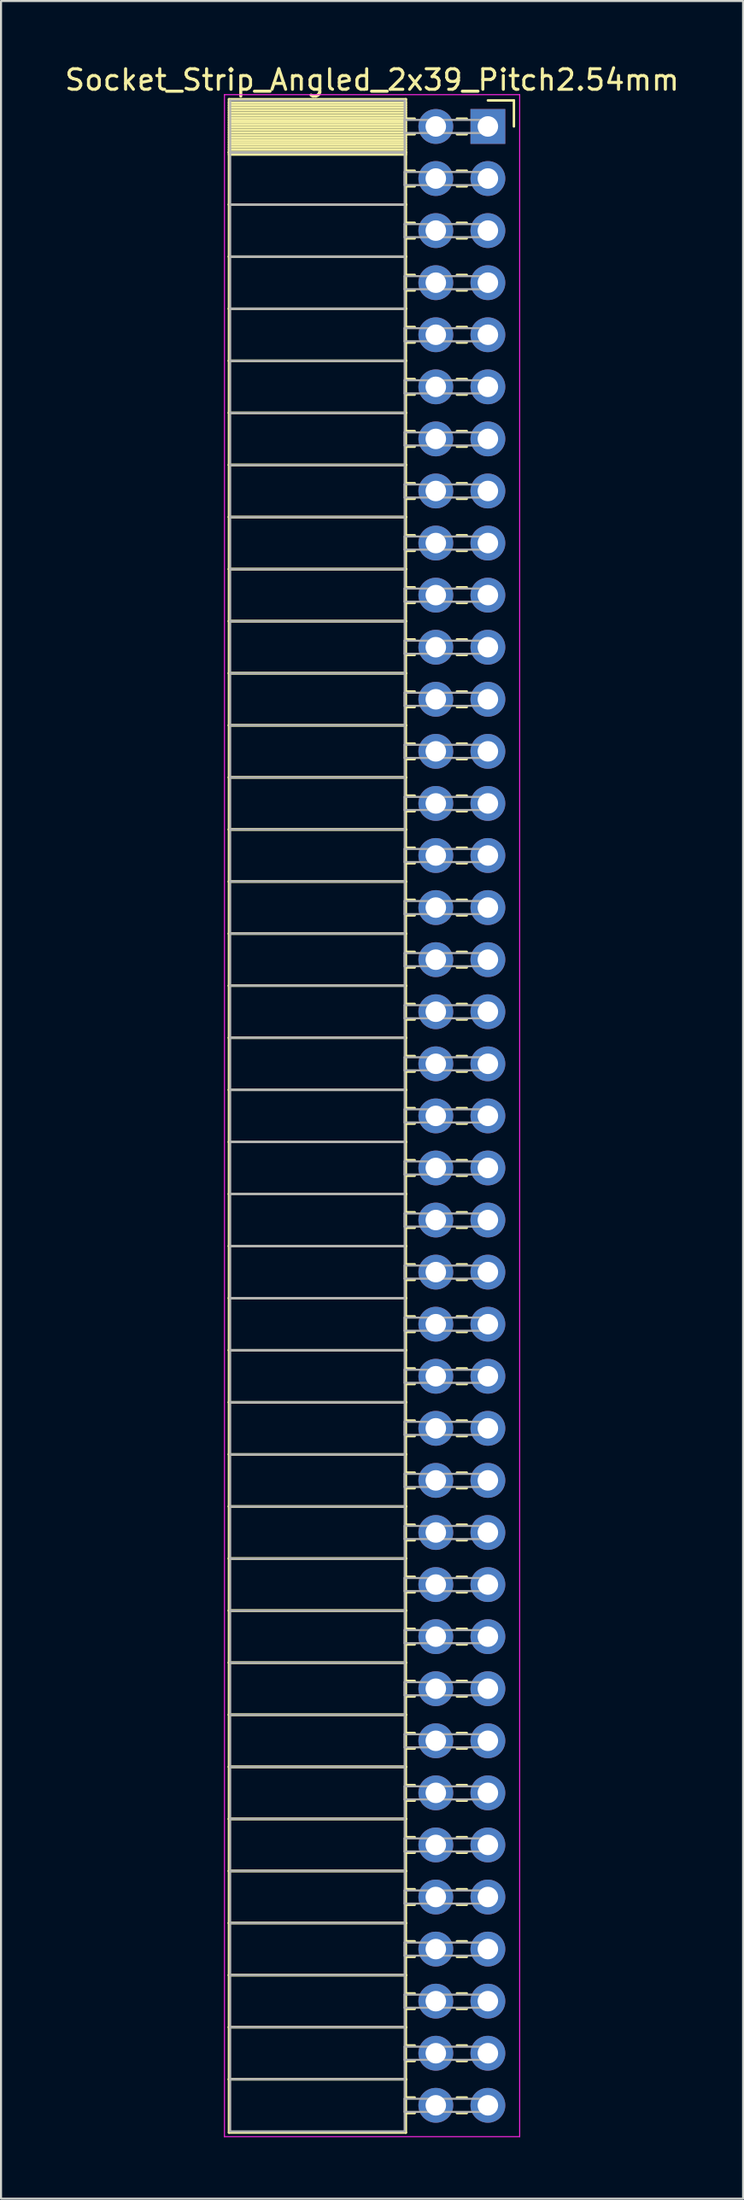
<source format=kicad_pcb>
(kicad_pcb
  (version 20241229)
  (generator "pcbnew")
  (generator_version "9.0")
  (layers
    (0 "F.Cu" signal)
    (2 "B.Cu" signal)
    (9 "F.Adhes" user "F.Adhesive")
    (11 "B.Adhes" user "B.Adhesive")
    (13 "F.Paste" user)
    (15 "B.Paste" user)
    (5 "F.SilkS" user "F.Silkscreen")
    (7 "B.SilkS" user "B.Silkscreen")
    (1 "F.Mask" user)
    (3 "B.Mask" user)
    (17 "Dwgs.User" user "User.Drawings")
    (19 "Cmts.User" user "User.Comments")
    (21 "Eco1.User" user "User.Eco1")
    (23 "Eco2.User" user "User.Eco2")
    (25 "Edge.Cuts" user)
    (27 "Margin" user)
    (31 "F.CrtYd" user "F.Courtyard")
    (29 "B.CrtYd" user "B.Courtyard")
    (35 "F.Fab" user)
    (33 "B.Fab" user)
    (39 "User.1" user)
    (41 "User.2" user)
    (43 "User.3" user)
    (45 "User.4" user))
  (footprint "Socket_Strip_Angled_2x39_Pitch2.54mm"
    (layer "F.Cu")
    (at 20.751 3.118)
    (property "Reference" "Socket_Strip_Angled_2x39_Pitch2.54mm" (at -5.65 -2.27 0) (layer "F.SilkS") (effects (font (size 1 1) (thickness 0.15))))
    (attr through_hole)
    (fp_line (start -12.63 -1.33) (end -4 -1.33) (stroke (width 0.12) (type solid)) (layer "F.SilkS"))
    (fp_line (start -12.63 1.27) (end -12.63 -1.33) (stroke (width 0.12) (type solid)) (layer "F.SilkS"))
    (fp_line (start -12.63 1.27) (end -4 1.27) (stroke (width 0.12) (type solid)) (layer "F.SilkS"))
    (fp_line (start -12.63 3.81) (end -12.63 1.27) (stroke (width 0.12) (type solid)) (layer "F.SilkS"))
    (fp_line (start -12.63 3.81) (end -4 3.81) (stroke (width 0.12) (type solid)) (layer "F.SilkS"))
    (fp_line (start -12.63 6.35) (end -12.63 3.81) (stroke (width 0.12) (type solid)) (layer "F.SilkS"))
    (fp_line (start -12.63 6.35) (end -4 6.35) (stroke (width 0.12) (type solid)) (layer "F.SilkS"))
    (fp_line (start -12.63 8.89) (end -12.63 6.35) (stroke (width 0.12) (type solid)) (layer "F.SilkS"))
    (fp_line (start -12.63 8.89) (end -4 8.89) (stroke (width 0.12) (type solid)) (layer "F.SilkS"))
    (fp_line (start -12.63 11.43) (end -12.63 8.89) (stroke (width 0.12) (type solid)) (layer "F.SilkS"))
    (fp_line (start -12.63 11.43) (end -4 11.43) (stroke (width 0.12) (type solid)) (layer "F.SilkS"))
    (fp_line (start -12.63 13.97) (end -12.63 11.43) (stroke (width 0.12) (type solid)) (layer "F.SilkS"))
    (fp_line (start -12.63 13.97) (end -4 13.97) (stroke (width 0.12) (type solid)) (layer "F.SilkS"))
    (fp_line (start -12.63 16.51) (end -12.63 13.97) (stroke (width 0.12) (type solid)) (layer "F.SilkS"))
    (fp_line (start -12.63 16.51) (end -4 16.51) (stroke (width 0.12) (type solid)) (layer "F.SilkS"))
    (fp_line (start -12.63 19.05) (end -12.63 16.51) (stroke (width 0.12) (type solid)) (layer "F.SilkS"))
    (fp_line (start -12.63 19.05) (end -4 19.05) (stroke (width 0.12) (type solid)) (layer "F.SilkS"))
    (fp_line (start -12.63 21.59) (end -12.63 19.05) (stroke (width 0.12) (type solid)) (layer "F.SilkS"))
    (fp_line (start -12.63 21.59) (end -4 21.59) (stroke (width 0.12) (type solid)) (layer "F.SilkS"))
    (fp_line (start -12.63 24.13) (end -12.63 21.59) (stroke (width 0.12) (type solid)) (layer "F.SilkS"))
    (fp_line (start -12.63 24.13) (end -4 24.13) (stroke (width 0.12) (type solid)) (layer "F.SilkS"))
    (fp_line (start -12.63 26.67) (end -12.63 24.13) (stroke (width 0.12) (type solid)) (layer "F.SilkS"))
    (fp_line (start -12.63 26.67) (end -4 26.67) (stroke (width 0.12) (type solid)) (layer "F.SilkS"))
    (fp_line (start -12.63 29.21) (end -12.63 26.67) (stroke (width 0.12) (type solid)) (layer "F.SilkS"))
    (fp_line (start -12.63 29.21) (end -4 29.21) (stroke (width 0.12) (type solid)) (layer "F.SilkS"))
    (fp_line (start -12.63 31.75) (end -12.63 29.21) (stroke (width 0.12) (type solid)) (layer "F.SilkS"))
    (fp_line (start -12.63 31.75) (end -4 31.75) (stroke (width 0.12) (type solid)) (layer "F.SilkS"))
    (fp_line (start -12.63 34.29) (end -12.63 31.75) (stroke (width 0.12) (type solid)) (layer "F.SilkS"))
    (fp_line (start -12.63 34.29) (end -4 34.29) (stroke (width 0.12) (type solid)) (layer "F.SilkS"))
    (fp_line (start -12.63 36.83) (end -12.63 34.29) (stroke (width 0.12) (type solid)) (layer "F.SilkS"))
    (fp_line (start -12.63 36.83) (end -4 36.83) (stroke (width 0.12) (type solid)) (layer "F.SilkS"))
    (fp_line (start -12.63 39.37) (end -12.63 36.83) (stroke (width 0.12) (type solid)) (layer "F.SilkS"))
    (fp_line (start -12.63 39.37) (end -4 39.37) (stroke (width 0.12) (type solid)) (layer "F.SilkS"))
    (fp_line (start -12.63 41.91) (end -12.63 39.37) (stroke (width 0.12) (type solid)) (layer "F.SilkS"))
    (fp_line (start -12.63 41.91) (end -4 41.91) (stroke (width 0.12) (type solid)) (layer "F.SilkS"))
    (fp_line (start -12.63 44.45) (end -12.63 41.91) (stroke (width 0.12) (type solid)) (layer "F.SilkS"))
    (fp_line (start -12.63 44.45) (end -4 44.45) (stroke (width 0.12) (type solid)) (layer "F.SilkS"))
    (fp_line (start -12.63 46.99) (end -12.63 44.45) (stroke (width 0.12) (type solid)) (layer "F.SilkS"))
    (fp_line (start -12.63 46.99) (end -4 46.99) (stroke (width 0.12) (type solid)) (layer "F.SilkS"))
    (fp_line (start -12.63 49.53) (end -12.63 46.99) (stroke (width 0.12) (type solid)) (layer "F.SilkS"))
    (fp_line (start -12.63 49.53) (end -4 49.53) (stroke (width 0.12) (type solid)) (layer "F.SilkS"))
    (fp_line (start -12.63 52.07) (end -12.63 49.53) (stroke (width 0.12) (type solid)) (layer "F.SilkS"))
    (fp_line (start -12.63 52.07) (end -4 52.07) (stroke (width 0.12) (type solid)) (layer "F.SilkS"))
    (fp_line (start -12.63 54.61) (end -12.63 52.07) (stroke (width 0.12) (type solid)) (layer "F.SilkS"))
    (fp_line (start -12.63 54.61) (end -4 54.61) (stroke (width 0.12) (type solid)) (layer "F.SilkS"))
    (fp_line (start -12.63 57.15) (end -12.63 54.61) (stroke (width 0.12) (type solid)) (layer "F.SilkS"))
    (fp_line (start -12.63 57.15) (end -4 57.15) (stroke (width 0.12) (type solid)) (layer "F.SilkS"))
    (fp_line (start -12.63 59.69) (end -12.63 57.15) (stroke (width 0.12) (type solid)) (layer "F.SilkS"))
    (fp_line (start -12.63 59.69) (end -4 59.69) (stroke (width 0.12) (type solid)) (layer "F.SilkS"))
    (fp_line (start -12.63 62.23) (end -12.63 59.69) (stroke (width 0.12) (type solid)) (layer "F.SilkS"))
    (fp_line (start -12.63 62.23) (end -4 62.23) (stroke (width 0.12) (type solid)) (layer "F.SilkS"))
    (fp_line (start -12.63 64.77) (end -12.63 62.23) (stroke (width 0.12) (type solid)) (layer "F.SilkS"))
    (fp_line (start -12.63 64.77) (end -4 64.77) (stroke (width 0.12) (type solid)) (layer "F.SilkS"))
    (fp_line (start -12.63 67.31) (end -12.63 64.77) (stroke (width 0.12) (type solid)) (layer "F.SilkS"))
    (fp_line (start -12.63 67.31) (end -4 67.31) (stroke (width 0.12) (type solid)) (layer "F.SilkS"))
    (fp_line (start -12.63 69.85) (end -12.63 67.31) (stroke (width 0.12) (type solid)) (layer "F.SilkS"))
    (fp_line (start -12.63 69.85) (end -4 69.85) (stroke (width 0.12) (type solid)) (layer "F.SilkS"))
    (fp_line (start -12.63 72.39) (end -12.63 69.85) (stroke (width 0.12) (type solid)) (layer "F.SilkS"))
    (fp_line (start -12.63 72.39) (end -4 72.39) (stroke (width 0.12) (type solid)) (layer "F.SilkS"))
    (fp_line (start -12.63 74.93) (end -12.63 72.39) (stroke (width 0.12) (type solid)) (layer "F.SilkS"))
    (fp_line (start -12.63 74.93) (end -4 74.93) (stroke (width 0.12) (type solid)) (layer "F.SilkS"))
    (fp_line (start -12.63 77.47) (end -12.63 74.93) (stroke (width 0.12) (type solid)) (layer "F.SilkS"))
    (fp_line (start -12.63 77.47) (end -4 77.47) (stroke (width 0.12) (type solid)) (layer "F.SilkS"))
    (fp_line (start -12.63 80.01) (end -12.63 77.47) (stroke (width 0.12) (type solid)) (layer "F.SilkS"))
    (fp_line (start -12.63 80.01) (end -4 80.01) (stroke (width 0.12) (type solid)) (layer "F.SilkS"))
    (fp_line (start -12.63 82.55) (end -12.63 80.01) (stroke (width 0.12) (type solid)) (layer "F.SilkS"))
    (fp_line (start -12.63 82.55) (end -4 82.55) (stroke (width 0.12) (type solid)) (layer "F.SilkS"))
    (fp_line (start -12.63 85.09) (end -12.63 82.55) (stroke (width 0.12) (type solid)) (layer "F.SilkS"))
    (fp_line (start -12.63 85.09) (end -4 85.09) (stroke (width 0.12) (type solid)) (layer "F.SilkS"))
    (fp_line (start -12.63 87.63) (end -12.63 85.09) (stroke (width 0.12) (type solid)) (layer "F.SilkS"))
    (fp_line (start -12.63 87.63) (end -4 87.63) (stroke (width 0.12) (type solid)) (layer "F.SilkS"))
    (fp_line (start -12.63 90.17) (end -12.63 87.63) (stroke (width 0.12) (type solid)) (layer "F.SilkS"))
    (fp_line (start -12.63 90.17) (end -4 90.17) (stroke (width 0.12) (type solid)) (layer "F.SilkS"))
    (fp_line (start -12.63 92.71) (end -12.63 90.17) (stroke (width 0.12) (type solid)) (layer "F.SilkS"))
    (fp_line (start -12.63 92.71) (end -4 92.71) (stroke (width 0.12) (type solid)) (layer "F.SilkS"))
    (fp_line (start -12.63 95.25) (end -12.63 92.71) (stroke (width 0.12) (type solid)) (layer "F.SilkS"))
    (fp_line (start -12.63 95.25) (end -4 95.25) (stroke (width 0.12) (type solid)) (layer "F.SilkS"))
    (fp_line (start -12.63 97.85) (end -12.63 95.25) (stroke (width 0.12) (type solid)) (layer "F.SilkS"))
    (fp_line (start -4 -1.33) (end -4 1.27) (stroke (width 0.12) (type solid)) (layer "F.SilkS"))
    (fp_line (start -4 -1.15) (end -12.63 -1.15) (stroke (width 0.12) (type solid)) (layer "F.SilkS"))
    (fp_line (start -4 -1.03) (end -12.63 -1.03) (stroke (width 0.12) (type solid)) (layer "F.SilkS"))
    (fp_line (start -4 -0.91) (end -12.63 -0.91) (stroke (width 0.12) (type solid)) (layer "F.SilkS"))
    (fp_line (start -4 -0.79) (end -12.63 -0.79) (stroke (width 0.12) (type solid)) (layer "F.SilkS"))
    (fp_line (start -4 -0.67) (end -12.63 -0.67) (stroke (width 0.12) (type solid)) (layer "F.SilkS"))
    (fp_line (start -4 -0.55) (end -12.63 -0.55) (stroke (width 0.12) (type solid)) (layer "F.SilkS"))
    (fp_line (start -4 -0.43) (end -12.63 -0.43) (stroke (width 0.12) (type solid)) (layer "F.SilkS"))
    (fp_line (start -4 -0.31) (end -12.63 -0.31) (stroke (width 0.12) (type solid)) (layer "F.SilkS"))
    (fp_line (start -4 -0.19) (end -12.63 -0.19) (stroke (width 0.12) (type solid)) (layer "F.SilkS"))
    (fp_line (start -4 -0.07) (end -12.63 -0.07) (stroke (width 0.12) (type solid)) (layer "F.SilkS"))
    (fp_line (start -4 0.05) (end -12.63 0.05) (stroke (width 0.12) (type solid)) (layer "F.SilkS"))
    (fp_line (start -4 0.17) (end -12.63 0.17) (stroke (width 0.12) (type solid)) (layer "F.SilkS"))
    (fp_line (start -4 0.29) (end -12.63 0.29) (stroke (width 0.12) (type solid)) (layer "F.SilkS"))
    (fp_line (start -4 0.41) (end -12.63 0.41) (stroke (width 0.12) (type solid)) (layer "F.SilkS"))
    (fp_line (start -4 0.53) (end -12.63 0.53) (stroke (width 0.12) (type solid)) (layer "F.SilkS"))
    (fp_line (start -4 0.65) (end -12.63 0.65) (stroke (width 0.12) (type solid)) (layer "F.SilkS"))
    (fp_line (start -4 0.77) (end -12.63 0.77) (stroke (width 0.12) (type solid)) (layer "F.SilkS"))
    (fp_line (start -4 0.89) (end -12.63 0.89) (stroke (width 0.12) (type solid)) (layer "F.SilkS"))
    (fp_line (start -4 1.01) (end -12.63 1.01) (stroke (width 0.12) (type solid)) (layer "F.SilkS"))
    (fp_line (start -4 1.13) (end -12.63 1.13) (stroke (width 0.12) (type solid)) (layer "F.SilkS"))
    (fp_line (start -4 1.25) (end -12.63 1.25) (stroke (width 0.12) (type solid)) (layer "F.SilkS"))
    (fp_line (start -4 1.27) (end -12.63 1.27) (stroke (width 0.12) (type solid)) (layer "F.SilkS"))
    (fp_line (start -4 1.27) (end -4 3.81) (stroke (width 0.12) (type solid)) (layer "F.SilkS"))
    (fp_line (start -4 1.37) (end -12.63 1.37) (stroke (width 0.12) (type solid)) (layer "F.SilkS"))
    (fp_line (start -4 3.81) (end -12.63 3.81) (stroke (width 0.12) (type solid)) (layer "F.SilkS"))
    (fp_line (start -4 3.81) (end -4 6.35) (stroke (width 0.12) (type solid)) (layer "F.SilkS"))
    (fp_line (start -4 6.35) (end -12.63 6.35) (stroke (width 0.12) (type solid)) (layer "F.SilkS"))
    (fp_line (start -4 6.35) (end -4 8.89) (stroke (width 0.12) (type solid)) (layer "F.SilkS"))
    (fp_line (start -4 8.89) (end -12.63 8.89) (stroke (width 0.12) (type solid)) (layer "F.SilkS"))
    (fp_line (start -4 8.89) (end -4 11.43) (stroke (width 0.12) (type solid)) (layer "F.SilkS"))
    (fp_line (start -4 11.43) (end -12.63 11.43) (stroke (width 0.12) (type solid)) (layer "F.SilkS"))
    (fp_line (start -4 11.43) (end -4 13.97) (stroke (width 0.12) (type solid)) (layer "F.SilkS"))
    (fp_line (start -4 13.97) (end -12.63 13.97) (stroke (width 0.12) (type solid)) (layer "F.SilkS"))
    (fp_line (start -4 13.97) (end -4 16.51) (stroke (width 0.12) (type solid)) (layer "F.SilkS"))
    (fp_line (start -4 16.51) (end -12.63 16.51) (stroke (width 0.12) (type solid)) (layer "F.SilkS"))
    (fp_line (start -4 16.51) (end -4 19.05) (stroke (width 0.12) (type solid)) (layer "F.SilkS"))
    (fp_line (start -4 19.05) (end -12.63 19.05) (stroke (width 0.12) (type solid)) (layer "F.SilkS"))
    (fp_line (start -4 19.05) (end -4 21.59) (stroke (width 0.12) (type solid)) (layer "F.SilkS"))
    (fp_line (start -4 21.59) (end -12.63 21.59) (stroke (width 0.12) (type solid)) (layer "F.SilkS"))
    (fp_line (start -4 21.59) (end -4 24.13) (stroke (width 0.12) (type solid)) (layer "F.SilkS"))
    (fp_line (start -4 24.13) (end -12.63 24.13) (stroke (width 0.12) (type solid)) (layer "F.SilkS"))
    (fp_line (start -4 24.13) (end -4 26.67) (stroke (width 0.12) (type solid)) (layer "F.SilkS"))
    (fp_line (start -4 26.67) (end -12.63 26.67) (stroke (width 0.12) (type solid)) (layer "F.SilkS"))
    (fp_line (start -4 26.67) (end -4 29.21) (stroke (width 0.12) (type solid)) (layer "F.SilkS"))
    (fp_line (start -4 29.21) (end -12.63 29.21) (stroke (width 0.12) (type solid)) (layer "F.SilkS"))
    (fp_line (start -4 29.21) (end -4 31.75) (stroke (width 0.12) (type solid)) (layer "F.SilkS"))
    (fp_line (start -4 31.75) (end -12.63 31.75) (stroke (width 0.12) (type solid)) (layer "F.SilkS"))
    (fp_line (start -4 31.75) (end -4 34.29) (stroke (width 0.12) (type solid)) (layer "F.SilkS"))
    (fp_line (start -4 34.29) (end -12.63 34.29) (stroke (width 0.12) (type solid)) (layer "F.SilkS"))
    (fp_line (start -4 34.29) (end -4 36.83) (stroke (width 0.12) (type solid)) (layer "F.SilkS"))
    (fp_line (start -4 36.83) (end -12.63 36.83) (stroke (width 0.12) (type solid)) (layer "F.SilkS"))
    (fp_line (start -4 36.83) (end -4 39.37) (stroke (width 0.12) (type solid)) (layer "F.SilkS"))
    (fp_line (start -4 39.37) (end -12.63 39.37) (stroke (width 0.12) (type solid)) (layer "F.SilkS"))
    (fp_line (start -4 39.37) (end -4 41.91) (stroke (width 0.12) (type solid)) (layer "F.SilkS"))
    (fp_line (start -4 41.91) (end -12.63 41.91) (stroke (width 0.12) (type solid)) (layer "F.SilkS"))
    (fp_line (start -4 41.91) (end -4 44.45) (stroke (width 0.12) (type solid)) (layer "F.SilkS"))
    (fp_line (start -4 44.45) (end -12.63 44.45) (stroke (width 0.12) (type solid)) (layer "F.SilkS"))
    (fp_line (start -4 44.45) (end -4 46.99) (stroke (width 0.12) (type solid)) (layer "F.SilkS"))
    (fp_line (start -4 46.99) (end -12.63 46.99) (stroke (width 0.12) (type solid)) (layer "F.SilkS"))
    (fp_line (start -4 46.99) (end -4 49.53) (stroke (width 0.12) (type solid)) (layer "F.SilkS"))
    (fp_line (start -4 49.53) (end -12.63 49.53) (stroke (width 0.12) (type solid)) (layer "F.SilkS"))
    (fp_line (start -4 49.53) (end -4 52.07) (stroke (width 0.12) (type solid)) (layer "F.SilkS"))
    (fp_line (start -4 52.07) (end -12.63 52.07) (stroke (width 0.12) (type solid)) (layer "F.SilkS"))
    (fp_line (start -4 52.07) (end -4 54.61) (stroke (width 0.12) (type solid)) (layer "F.SilkS"))
    (fp_line (start -4 54.61) (end -12.63 54.61) (stroke (width 0.12) (type solid)) (layer "F.SilkS"))
    (fp_line (start -4 54.61) (end -4 57.15) (stroke (width 0.12) (type solid)) (layer "F.SilkS"))
    (fp_line (start -4 57.15) (end -12.63 57.15) (stroke (width 0.12) (type solid)) (layer "F.SilkS"))
    (fp_line (start -4 57.15) (end -4 59.69) (stroke (width 0.12) (type solid)) (layer "F.SilkS"))
    (fp_line (start -4 59.69) (end -12.63 59.69) (stroke (width 0.12) (type solid)) (layer "F.SilkS"))
    (fp_line (start -4 59.69) (end -4 62.23) (stroke (width 0.12) (type solid)) (layer "F.SilkS"))
    (fp_line (start -4 62.23) (end -12.63 62.23) (stroke (width 0.12) (type solid)) (layer "F.SilkS"))
    (fp_line (start -4 62.23) (end -4 64.77) (stroke (width 0.12) (type solid)) (layer "F.SilkS"))
    (fp_line (start -4 64.77) (end -12.63 64.77) (stroke (width 0.12) (type solid)) (layer "F.SilkS"))
    (fp_line (start -4 64.77) (end -4 67.31) (stroke (width 0.12) (type solid)) (layer "F.SilkS"))
    (fp_line (start -4 67.31) (end -12.63 67.31) (stroke (width 0.12) (type solid)) (layer "F.SilkS"))
    (fp_line (start -4 67.31) (end -4 69.85) (stroke (width 0.12) (type solid)) (layer "F.SilkS"))
    (fp_line (start -4 69.85) (end -12.63 69.85) (stroke (width 0.12) (type solid)) (layer "F.SilkS"))
    (fp_line (start -4 69.85) (end -4 72.39) (stroke (width 0.12) (type solid)) (layer "F.SilkS"))
    (fp_line (start -4 72.39) (end -12.63 72.39) (stroke (width 0.12) (type solid)) (layer "F.SilkS"))
    (fp_line (start -4 72.39) (end -4 74.93) (stroke (width 0.12) (type solid)) (layer "F.SilkS"))
    (fp_line (start -4 74.93) (end -12.63 74.93) (stroke (width 0.12) (type solid)) (layer "F.SilkS"))
    (fp_line (start -4 74.93) (end -4 77.47) (stroke (width 0.12) (type solid)) (layer "F.SilkS"))
    (fp_line (start -4 77.47) (end -12.63 77.47) (stroke (width 0.12) (type solid)) (layer "F.SilkS"))
    (fp_line (start -4 77.47) (end -4 80.01) (stroke (width 0.12) (type solid)) (layer "F.SilkS"))
    (fp_line (start -4 80.01) (end -12.63 80.01) (stroke (width 0.12) (type solid)) (layer "F.SilkS"))
    (fp_line (start -4 80.01) (end -4 82.55) (stroke (width 0.12) (type solid)) (layer "F.SilkS"))
    (fp_line (start -4 82.55) (end -12.63 82.55) (stroke (width 0.12) (type solid)) (layer "F.SilkS"))
    (fp_line (start -4 82.55) (end -4 85.09) (stroke (width 0.12) (type solid)) (layer "F.SilkS"))
    (fp_line (start -4 85.09) (end -12.63 85.09) (stroke (width 0.12) (type solid)) (layer "F.SilkS"))
    (fp_line (start -4 85.09) (end -4 87.63) (stroke (width 0.12) (type solid)) (layer "F.SilkS"))
    (fp_line (start -4 87.63) (end -12.63 87.63) (stroke (width 0.12) (type solid)) (layer "F.SilkS"))
    (fp_line (start -4 87.63) (end -4 90.17) (stroke (width 0.12) (type solid)) (layer "F.SilkS"))
    (fp_line (start -4 90.17) (end -12.63 90.17) (stroke (width 0.12) (type solid)) (layer "F.SilkS"))
    (fp_line (start -4 90.17) (end -4 92.71) (stroke (width 0.12) (type solid)) (layer "F.SilkS"))
    (fp_line (start -4 92.71) (end -12.63 92.71) (stroke (width 0.12) (type solid)) (layer "F.SilkS"))
    (fp_line (start -4 92.71) (end -4 95.25) (stroke (width 0.12) (type solid)) (layer "F.SilkS"))
    (fp_line (start -4 95.25) (end -12.63 95.25) (stroke (width 0.12) (type solid)) (layer "F.SilkS"))
    (fp_line (start -4 95.25) (end -4 97.85) (stroke (width 0.12) (type solid)) (layer "F.SilkS"))
    (fp_line (start -4 97.85) (end -12.63 97.85) (stroke (width 0.12) (type solid)) (layer "F.SilkS"))
    (fp_line (start -3.57 -0.38) (end -4 -0.38) (stroke (width 0.12) (type solid)) (layer "F.SilkS"))
    (fp_line (start -3.57 0.38) (end -4 0.38) (stroke (width 0.12) (type solid)) (layer "F.SilkS"))
    (fp_line (start -3.57 2.16) (end -4 2.16) (stroke (width 0.12) (type solid)) (layer "F.SilkS"))
    (fp_line (start -3.57 2.92) (end -4 2.92) (stroke (width 0.12) (type solid)) (layer "F.SilkS"))
    (fp_line (start -3.57 4.7) (end -4 4.7) (stroke (width 0.12) (type solid)) (layer "F.SilkS"))
    (fp_line (start -3.57 5.46) (end -4 5.46) (stroke (width 0.12) (type solid)) (layer "F.SilkS"))
    (fp_line (start -3.57 7.24) (end -4 7.24) (stroke (width 0.12) (type solid)) (layer "F.SilkS"))
    (fp_line (start -3.57 8) (end -4 8) (stroke (width 0.12) (type solid)) (layer "F.SilkS"))
    (fp_line (start -3.57 9.78) (end -4 9.78) (stroke (width 0.12) (type solid)) (layer "F.SilkS"))
    (fp_line (start -3.57 10.54) (end -4 10.54) (stroke (width 0.12) (type solid)) (layer "F.SilkS"))
    (fp_line (start -3.57 12.32) (end -4 12.32) (stroke (width 0.12) (type solid)) (layer "F.SilkS"))
    (fp_line (start -3.57 13.08) (end -4 13.08) (stroke (width 0.12) (type solid)) (layer "F.SilkS"))
    (fp_line (start -3.57 14.86) (end -4 14.86) (stroke (width 0.12) (type solid)) (layer "F.SilkS"))
    (fp_line (start -3.57 15.62) (end -4 15.62) (stroke (width 0.12) (type solid)) (layer "F.SilkS"))
    (fp_line (start -3.57 17.4) (end -4 17.4) (stroke (width 0.12) (type solid)) (layer "F.SilkS"))
    (fp_line (start -3.57 18.16) (end -4 18.16) (stroke (width 0.12) (type solid)) (layer "F.SilkS"))
    (fp_line (start -3.57 19.94) (end -4 19.94) (stroke (width 0.12) (type solid)) (layer "F.SilkS"))
    (fp_line (start -3.57 20.7) (end -4 20.7) (stroke (width 0.12) (type solid)) (layer "F.SilkS"))
    (fp_line (start -3.57 22.48) (end -4 22.48) (stroke (width 0.12) (type solid)) (layer "F.SilkS"))
    (fp_line (start -3.57 23.24) (end -4 23.24) (stroke (width 0.12) (type solid)) (layer "F.SilkS"))
    (fp_line (start -3.57 25.02) (end -4 25.02) (stroke (width 0.12) (type solid)) (layer "F.SilkS"))
    (fp_line (start -3.57 25.78) (end -4 25.78) (stroke (width 0.12) (type solid)) (layer "F.SilkS"))
    (fp_line (start -3.57 27.56) (end -4 27.56) (stroke (width 0.12) (type solid)) (layer "F.SilkS"))
    (fp_line (start -3.57 28.32) (end -4 28.32) (stroke (width 0.12) (type solid)) (layer "F.SilkS"))
    (fp_line (start -3.57 30.1) (end -4 30.1) (stroke (width 0.12) (type solid)) (layer "F.SilkS"))
    (fp_line (start -3.57 30.86) (end -4 30.86) (stroke (width 0.12) (type solid)) (layer "F.SilkS"))
    (fp_line (start -3.57 32.64) (end -4 32.64) (stroke (width 0.12) (type solid)) (layer "F.SilkS"))
    (fp_line (start -3.57 33.4) (end -4 33.4) (stroke (width 0.12) (type solid)) (layer "F.SilkS"))
    (fp_line (start -3.57 35.18) (end -4 35.18) (stroke (width 0.12) (type solid)) (layer "F.SilkS"))
    (fp_line (start -3.57 35.94) (end -4 35.94) (stroke (width 0.12) (type solid)) (layer "F.SilkS"))
    (fp_line (start -3.57 37.72) (end -4 37.72) (stroke (width 0.12) (type solid)) (layer "F.SilkS"))
    (fp_line (start -3.57 38.48) (end -4 38.48) (stroke (width 0.12) (type solid)) (layer "F.SilkS"))
    (fp_line (start -3.57 40.26) (end -4 40.26) (stroke (width 0.12) (type solid)) (layer "F.SilkS"))
    (fp_line (start -3.57 41.02) (end -4 41.02) (stroke (width 0.12) (type solid)) (layer "F.SilkS"))
    (fp_line (start -3.57 42.8) (end -4 42.8) (stroke (width 0.12) (type solid)) (layer "F.SilkS"))
    (fp_line (start -3.57 43.56) (end -4 43.56) (stroke (width 0.12) (type solid)) (layer "F.SilkS"))
    (fp_line (start -3.57 45.34) (end -4 45.34) (stroke (width 0.12) (type solid)) (layer "F.SilkS"))
    (fp_line (start -3.57 46.1) (end -4 46.1) (stroke (width 0.12) (type solid)) (layer "F.SilkS"))
    (fp_line (start -3.57 47.88) (end -4 47.88) (stroke (width 0.12) (type solid)) (layer "F.SilkS"))
    (fp_line (start -3.57 48.64) (end -4 48.64) (stroke (width 0.12) (type solid)) (layer "F.SilkS"))
    (fp_line (start -3.57 50.42) (end -4 50.42) (stroke (width 0.12) (type solid)) (layer "F.SilkS"))
    (fp_line (start -3.57 51.18) (end -4 51.18) (stroke (width 0.12) (type solid)) (layer "F.SilkS"))
    (fp_line (start -3.57 52.96) (end -4 52.96) (stroke (width 0.12) (type solid)) (layer "F.SilkS"))
    (fp_line (start -3.57 53.72) (end -4 53.72) (stroke (width 0.12) (type solid)) (layer "F.SilkS"))
    (fp_line (start -3.57 55.5) (end -4 55.5) (stroke (width 0.12) (type solid)) (layer "F.SilkS"))
    (fp_line (start -3.57 56.26) (end -4 56.26) (stroke (width 0.12) (type solid)) (layer "F.SilkS"))
    (fp_line (start -3.57 58.04) (end -4 58.04) (stroke (width 0.12) (type solid)) (layer "F.SilkS"))
    (fp_line (start -3.57 58.8) (end -4 58.8) (stroke (width 0.12) (type solid)) (layer "F.SilkS"))
    (fp_line (start -3.57 60.58) (end -4 60.58) (stroke (width 0.12) (type solid)) (layer "F.SilkS"))
    (fp_line (start -3.57 61.34) (end -4 61.34) (stroke (width 0.12) (type solid)) (layer "F.SilkS"))
    (fp_line (start -3.57 63.12) (end -4 63.12) (stroke (width 0.12) (type solid)) (layer "F.SilkS"))
    (fp_line (start -3.57 63.88) (end -4 63.88) (stroke (width 0.12) (type solid)) (layer "F.SilkS"))
    (fp_line (start -3.57 65.66) (end -4 65.66) (stroke (width 0.12) (type solid)) (layer "F.SilkS"))
    (fp_line (start -3.57 66.42) (end -4 66.42) (stroke (width 0.12) (type solid)) (layer "F.SilkS"))
    (fp_line (start -3.57 68.2) (end -4 68.2) (stroke (width 0.12) (type solid)) (layer "F.SilkS"))
    (fp_line (start -3.57 68.96) (end -4 68.96) (stroke (width 0.12) (type solid)) (layer "F.SilkS"))
    (fp_line (start -3.57 70.74) (end -4 70.74) (stroke (width 0.12) (type solid)) (layer "F.SilkS"))
    (fp_line (start -3.57 71.5) (end -4 71.5) (stroke (width 0.12) (type solid)) (layer "F.SilkS"))
    (fp_line (start -3.57 73.28) (end -4 73.28) (stroke (width 0.12) (type solid)) (layer "F.SilkS"))
    (fp_line (start -3.57 74.04) (end -4 74.04) (stroke (width 0.12) (type solid)) (layer "F.SilkS"))
    (fp_line (start -3.57 75.82) (end -4 75.82) (stroke (width 0.12) (type solid)) (layer "F.SilkS"))
    (fp_line (start -3.57 76.58) (end -4 76.58) (stroke (width 0.12) (type solid)) (layer "F.SilkS"))
    (fp_line (start -3.57 78.36) (end -4 78.36) (stroke (width 0.12) (type solid)) (layer "F.SilkS"))
    (fp_line (start -3.57 79.12) (end -4 79.12) (stroke (width 0.12) (type solid)) (layer "F.SilkS"))
    (fp_line (start -3.57 80.9) (end -4 80.9) (stroke (width 0.12) (type solid)) (layer "F.SilkS"))
    (fp_line (start -3.57 81.66) (end -4 81.66) (stroke (width 0.12) (type solid)) (layer "F.SilkS"))
    (fp_line (start -3.57 83.44) (end -4 83.44) (stroke (width 0.12) (type solid)) (layer "F.SilkS"))
    (fp_line (start -3.57 84.2) (end -4 84.2) (stroke (width 0.12) (type solid)) (layer "F.SilkS"))
    (fp_line (start -3.57 85.98) (end -4 85.98) (stroke (width 0.12) (type solid)) (layer "F.SilkS"))
    (fp_line (start -3.57 86.74) (end -4 86.74) (stroke (width 0.12) (type solid)) (layer "F.SilkS"))
    (fp_line (start -3.57 88.52) (end -4 88.52) (stroke (width 0.12) (type solid)) (layer "F.SilkS"))
    (fp_line (start -3.57 89.28) (end -4 89.28) (stroke (width 0.12) (type solid)) (layer "F.SilkS"))
    (fp_line (start -3.57 91.06) (end -4 91.06) (stroke (width 0.12) (type solid)) (layer "F.SilkS"))
    (fp_line (start -3.57 91.82) (end -4 91.82) (stroke (width 0.12) (type solid)) (layer "F.SilkS"))
    (fp_line (start -3.57 93.6) (end -4 93.6) (stroke (width 0.12) (type solid)) (layer "F.SilkS"))
    (fp_line (start -3.57 94.36) (end -4 94.36) (stroke (width 0.12) (type solid)) (layer "F.SilkS"))
    (fp_line (start -3.57 96.14) (end -4 96.14) (stroke (width 0.12) (type solid)) (layer "F.SilkS"))
    (fp_line (start -3.57 96.9) (end -4 96.9) (stroke (width 0.12) (type solid)) (layer "F.SilkS"))
    (fp_line (start -1.03 -0.38) (end -1.51 -0.38) (stroke (width 0.12) (type solid)) (layer "F.SilkS"))
    (fp_line (start -1.03 0.38) (end -1.51 0.38) (stroke (width 0.12) (type solid)) (layer "F.SilkS"))
    (fp_line (start -1.03 2.16) (end -1.51 2.16) (stroke (width 0.12) (type solid)) (layer "F.SilkS"))
    (fp_line (start -1.03 2.92) (end -1.51 2.92) (stroke (width 0.12) (type solid)) (layer "F.SilkS"))
    (fp_line (start -1.03 4.7) (end -1.51 4.7) (stroke (width 0.12) (type solid)) (layer "F.SilkS"))
    (fp_line (start -1.03 5.46) (end -1.51 5.46) (stroke (width 0.12) (type solid)) (layer "F.SilkS"))
    (fp_line (start -1.03 7.24) (end -1.51 7.24) (stroke (width 0.12) (type solid)) (layer "F.SilkS"))
    (fp_line (start -1.03 8) (end -1.51 8) (stroke (width 0.12) (type solid)) (layer "F.SilkS"))
    (fp_line (start -1.03 9.78) (end -1.51 9.78) (stroke (width 0.12) (type solid)) (layer "F.SilkS"))
    (fp_line (start -1.03 10.54) (end -1.51 10.54) (stroke (width 0.12) (type solid)) (layer "F.SilkS"))
    (fp_line (start -1.03 12.32) (end -1.51 12.32) (stroke (width 0.12) (type solid)) (layer "F.SilkS"))
    (fp_line (start -1.03 13.08) (end -1.51 13.08) (stroke (width 0.12) (type solid)) (layer "F.SilkS"))
    (fp_line (start -1.03 14.86) (end -1.51 14.86) (stroke (width 0.12) (type solid)) (layer "F.SilkS"))
    (fp_line (start -1.03 15.62) (end -1.51 15.62) (stroke (width 0.12) (type solid)) (layer "F.SilkS"))
    (fp_line (start -1.03 17.4) (end -1.51 17.4) (stroke (width 0.12) (type solid)) (layer "F.SilkS"))
    (fp_line (start -1.03 18.16) (end -1.51 18.16) (stroke (width 0.12) (type solid)) (layer "F.SilkS"))
    (fp_line (start -1.03 19.94) (end -1.51 19.94) (stroke (width 0.12) (type solid)) (layer "F.SilkS"))
    (fp_line (start -1.03 20.7) (end -1.51 20.7) (stroke (width 0.12) (type solid)) (layer "F.SilkS"))
    (fp_line (start -1.03 22.48) (end -1.51 22.48) (stroke (width 0.12) (type solid)) (layer "F.SilkS"))
    (fp_line (start -1.03 23.24) (end -1.51 23.24) (stroke (width 0.12) (type solid)) (layer "F.SilkS"))
    (fp_line (start -1.03 25.02) (end -1.51 25.02) (stroke (width 0.12) (type solid)) (layer "F.SilkS"))
    (fp_line (start -1.03 25.78) (end -1.51 25.78) (stroke (width 0.12) (type solid)) (layer "F.SilkS"))
    (fp_line (start -1.03 27.56) (end -1.51 27.56) (stroke (width 0.12) (type solid)) (layer "F.SilkS"))
    (fp_line (start -1.03 28.32) (end -1.51 28.32) (stroke (width 0.12) (type solid)) (layer "F.SilkS"))
    (fp_line (start -1.03 30.1) (end -1.51 30.1) (stroke (width 0.12) (type solid)) (layer "F.SilkS"))
    (fp_line (start -1.03 30.86) (end -1.51 30.86) (stroke (width 0.12) (type solid)) (layer "F.SilkS"))
    (fp_line (start -1.03 32.64) (end -1.51 32.64) (stroke (width 0.12) (type solid)) (layer "F.SilkS"))
    (fp_line (start -1.03 33.4) (end -1.51 33.4) (stroke (width 0.12) (type solid)) (layer "F.SilkS"))
    (fp_line (start -1.03 35.18) (end -1.51 35.18) (stroke (width 0.12) (type solid)) (layer "F.SilkS"))
    (fp_line (start -1.03 35.94) (end -1.51 35.94) (stroke (width 0.12) (type solid)) (layer "F.SilkS"))
    (fp_line (start -1.03 37.72) (end -1.51 37.72) (stroke (width 0.12) (type solid)) (layer "F.SilkS"))
    (fp_line (start -1.03 38.48) (end -1.51 38.48) (stroke (width 0.12) (type solid)) (layer "F.SilkS"))
    (fp_line (start -1.03 40.26) (end -1.51 40.26) (stroke (width 0.12) (type solid)) (layer "F.SilkS"))
    (fp_line (start -1.03 41.02) (end -1.51 41.02) (stroke (width 0.12) (type solid)) (layer "F.SilkS"))
    (fp_line (start -1.03 42.8) (end -1.51 42.8) (stroke (width 0.12) (type solid)) (layer "F.SilkS"))
    (fp_line (start -1.03 43.56) (end -1.51 43.56) (stroke (width 0.12) (type solid)) (layer "F.SilkS"))
    (fp_line (start -1.03 45.34) (end -1.51 45.34) (stroke (width 0.12) (type solid)) (layer "F.SilkS"))
    (fp_line (start -1.03 46.1) (end -1.51 46.1) (stroke (width 0.12) (type solid)) (layer "F.SilkS"))
    (fp_line (start -1.03 47.88) (end -1.51 47.88) (stroke (width 0.12) (type solid)) (layer "F.SilkS"))
    (fp_line (start -1.03 48.64) (end -1.51 48.64) (stroke (width 0.12) (type solid)) (layer "F.SilkS"))
    (fp_line (start -1.03 50.42) (end -1.51 50.42) (stroke (width 0.12) (type solid)) (layer "F.SilkS"))
    (fp_line (start -1.03 51.18) (end -1.51 51.18) (stroke (width 0.12) (type solid)) (layer "F.SilkS"))
    (fp_line (start -1.03 52.96) (end -1.51 52.96) (stroke (width 0.12) (type solid)) (layer "F.SilkS"))
    (fp_line (start -1.03 53.72) (end -1.51 53.72) (stroke (width 0.12) (type solid)) (layer "F.SilkS"))
    (fp_line (start -1.03 55.5) (end -1.51 55.5) (stroke (width 0.12) (type solid)) (layer "F.SilkS"))
    (fp_line (start -1.03 56.26) (end -1.51 56.26) (stroke (width 0.12) (type solid)) (layer "F.SilkS"))
    (fp_line (start -1.03 58.04) (end -1.51 58.04) (stroke (width 0.12) (type solid)) (layer "F.SilkS"))
    (fp_line (start -1.03 58.8) (end -1.51 58.8) (stroke (width 0.12) (type solid)) (layer "F.SilkS"))
    (fp_line (start -1.03 60.58) (end -1.51 60.58) (stroke (width 0.12) (type solid)) (layer "F.SilkS"))
    (fp_line (start -1.03 61.34) (end -1.51 61.34) (stroke (width 0.12) (type solid)) (layer "F.SilkS"))
    (fp_line (start -1.03 63.12) (end -1.51 63.12) (stroke (width 0.12) (type solid)) (layer "F.SilkS"))
    (fp_line (start -1.03 63.88) (end -1.51 63.88) (stroke (width 0.12) (type solid)) (layer "F.SilkS"))
    (fp_line (start -1.03 65.66) (end -1.51 65.66) (stroke (width 0.12) (type solid)) (layer "F.SilkS"))
    (fp_line (start -1.03 66.42) (end -1.51 66.42) (stroke (width 0.12) (type solid)) (layer "F.SilkS"))
    (fp_line (start -1.03 68.2) (end -1.51 68.2) (stroke (width 0.12) (type solid)) (layer "F.SilkS"))
    (fp_line (start -1.03 68.96) (end -1.51 68.96) (stroke (width 0.12) (type solid)) (layer "F.SilkS"))
    (fp_line (start -1.03 70.74) (end -1.51 70.74) (stroke (width 0.12) (type solid)) (layer "F.SilkS"))
    (fp_line (start -1.03 71.5) (end -1.51 71.5) (stroke (width 0.12) (type solid)) (layer "F.SilkS"))
    (fp_line (start -1.03 73.28) (end -1.51 73.28) (stroke (width 0.12) (type solid)) (layer "F.SilkS"))
    (fp_line (start -1.03 74.04) (end -1.51 74.04) (stroke (width 0.12) (type solid)) (layer "F.SilkS"))
    (fp_line (start -1.03 75.82) (end -1.51 75.82) (stroke (width 0.12) (type solid)) (layer "F.SilkS"))
    (fp_line (start -1.03 76.58) (end -1.51 76.58) (stroke (width 0.12) (type solid)) (layer "F.SilkS"))
    (fp_line (start -1.03 78.36) (end -1.51 78.36) (stroke (width 0.12) (type solid)) (layer "F.SilkS"))
    (fp_line (start -1.03 79.12) (end -1.51 79.12) (stroke (width 0.12) (type solid)) (layer "F.SilkS"))
    (fp_line (start -1.03 80.9) (end -1.51 80.9) (stroke (width 0.12) (type solid)) (layer "F.SilkS"))
    (fp_line (start -1.03 81.66) (end -1.51 81.66) (stroke (width 0.12) (type solid)) (layer "F.SilkS"))
    (fp_line (start -1.03 83.44) (end -1.51 83.44) (stroke (width 0.12) (type solid)) (layer "F.SilkS"))
    (fp_line (start -1.03 84.2) (end -1.51 84.2) (stroke (width 0.12) (type solid)) (layer "F.SilkS"))
    (fp_line (start -1.03 85.98) (end -1.51 85.98) (stroke (width 0.12) (type solid)) (layer "F.SilkS"))
    (fp_line (start -1.03 86.74) (end -1.51 86.74) (stroke (width 0.12) (type solid)) (layer "F.SilkS"))
    (fp_line (start -1.03 88.52) (end -1.51 88.52) (stroke (width 0.12) (type solid)) (layer "F.SilkS"))
    (fp_line (start -1.03 89.28) (end -1.51 89.28) (stroke (width 0.12) (type solid)) (layer "F.SilkS"))
    (fp_line (start -1.03 91.06) (end -1.51 91.06) (stroke (width 0.12) (type solid)) (layer "F.SilkS"))
    (fp_line (start -1.03 91.82) (end -1.51 91.82) (stroke (width 0.12) (type solid)) (layer "F.SilkS"))
    (fp_line (start -1.03 93.6) (end -1.51 93.6) (stroke (width 0.12) (type solid)) (layer "F.SilkS"))
    (fp_line (start -1.03 94.36) (end -1.51 94.36) (stroke (width 0.12) (type solid)) (layer "F.SilkS"))
    (fp_line (start -1.03 96.14) (end -1.51 96.14) (stroke (width 0.12) (type solid)) (layer "F.SilkS"))
    (fp_line (start -1.03 96.9) (end -1.51 96.9) (stroke (width 0.12) (type solid)) (layer "F.SilkS"))
    (fp_line (start 0 -1.27) (end 1.27 -1.27) (stroke (width 0.12) (type solid)) (layer "F.SilkS"))
    (fp_line (start 1.27 -1.27) (end 1.27 0) (stroke (width 0.12) (type solid)) (layer "F.SilkS"))
    (fp_line (start -12.85 -1.55) (end 1.55 -1.55) (stroke (width 0.05) (type solid)) (layer "F.CrtYd"))
    (fp_line (start -12.85 98.05) (end -12.85 -1.55) (stroke (width 0.05) (type solid)) (layer "F.CrtYd"))
    (fp_line (start 1.55 -1.55) (end 1.55 98.05) (stroke (width 0.05) (type solid)) (layer "F.CrtYd"))
    (fp_line (start 1.55 98.05) (end -12.85 98.05) (stroke (width 0.05) (type solid)) (layer "F.CrtYd"))
    (fp_line (start -12.57 -1.27) (end -4.06 -1.27) (stroke (width 0.1) (type solid)) (layer "F.Fab"))
    (fp_line (start -12.57 1.27) (end -12.57 -1.27) (stroke (width 0.1) (type solid)) (layer "F.Fab"))
    (fp_line (start -12.57 1.27) (end -4.06 1.27) (stroke (width 0.1) (type solid)) (layer "F.Fab"))
    (fp_line (start -12.57 3.81) (end -12.57 1.27) (stroke (width 0.1) (type solid)) (layer "F.Fab"))
    (fp_line (start -12.57 3.81) (end -4.06 3.81) (stroke (width 0.1) (type solid)) (layer "F.Fab"))
    (fp_line (start -12.57 6.35) (end -12.57 3.81) (stroke (width 0.1) (type solid)) (layer "F.Fab"))
    (fp_line (start -12.57 6.35) (end -4.06 6.35) (stroke (width 0.1) (type solid)) (layer "F.Fab"))
    (fp_line (start -12.57 8.89) (end -12.57 6.35) (stroke (width 0.1) (type solid)) (layer "F.Fab"))
    (fp_line (start -12.57 8.89) (end -4.06 8.89) (stroke (width 0.1) (type solid)) (layer "F.Fab"))
    (fp_line (start -12.57 11.43) (end -12.57 8.89) (stroke (width 0.1) (type solid)) (layer "F.Fab"))
    (fp_line (start -12.57 11.43) (end -4.06 11.43) (stroke (width 0.1) (type solid)) (layer "F.Fab"))
    (fp_line (start -12.57 13.97) (end -12.57 11.43) (stroke (width 0.1) (type solid)) (layer "F.Fab"))
    (fp_line (start -12.57 13.97) (end -4.06 13.97) (stroke (width 0.1) (type solid)) (layer "F.Fab"))
    (fp_line (start -12.57 16.51) (end -12.57 13.97) (stroke (width 0.1) (type solid)) (layer "F.Fab"))
    (fp_line (start -12.57 16.51) (end -4.06 16.51) (stroke (width 0.1) (type solid)) (layer "F.Fab"))
    (fp_line (start -12.57 19.05) (end -12.57 16.51) (stroke (width 0.1) (type solid)) (layer "F.Fab"))
    (fp_line (start -12.57 19.05) (end -4.06 19.05) (stroke (width 0.1) (type solid)) (layer "F.Fab"))
    (fp_line (start -12.57 21.59) (end -12.57 19.05) (stroke (width 0.1) (type solid)) (layer "F.Fab"))
    (fp_line (start -12.57 21.59) (end -4.06 21.59) (stroke (width 0.1) (type solid)) (layer "F.Fab"))
    (fp_line (start -12.57 24.13) (end -12.57 21.59) (stroke (width 0.1) (type solid)) (layer "F.Fab"))
    (fp_line (start -12.57 24.13) (end -4.06 24.13) (stroke (width 0.1) (type solid)) (layer "F.Fab"))
    (fp_line (start -12.57 26.67) (end -12.57 24.13) (stroke (width 0.1) (type solid)) (layer "F.Fab"))
    (fp_line (start -12.57 26.67) (end -4.06 26.67) (stroke (width 0.1) (type solid)) (layer "F.Fab"))
    (fp_line (start -12.57 29.21) (end -12.57 26.67) (stroke (width 0.1) (type solid)) (layer "F.Fab"))
    (fp_line (start -12.57 29.21) (end -4.06 29.21) (stroke (width 0.1) (type solid)) (layer "F.Fab"))
    (fp_line (start -12.57 31.75) (end -12.57 29.21) (stroke (width 0.1) (type solid)) (layer "F.Fab"))
    (fp_line (start -12.57 31.75) (end -4.06 31.75) (stroke (width 0.1) (type solid)) (layer "F.Fab"))
    (fp_line (start -12.57 34.29) (end -12.57 31.75) (stroke (width 0.1) (type solid)) (layer "F.Fab"))
    (fp_line (start -12.57 34.29) (end -4.06 34.29) (stroke (width 0.1) (type solid)) (layer "F.Fab"))
    (fp_line (start -12.57 36.83) (end -12.57 34.29) (stroke (width 0.1) (type solid)) (layer "F.Fab"))
    (fp_line (start -12.57 36.83) (end -4.06 36.83) (stroke (width 0.1) (type solid)) (layer "F.Fab"))
    (fp_line (start -12.57 39.37) (end -12.57 36.83) (stroke (width 0.1) (type solid)) (layer "F.Fab"))
    (fp_line (start -12.57 39.37) (end -4.06 39.37) (stroke (width 0.1) (type solid)) (layer "F.Fab"))
    (fp_line (start -12.57 41.91) (end -12.57 39.37) (stroke (width 0.1) (type solid)) (layer "F.Fab"))
    (fp_line (start -12.57 41.91) (end -4.06 41.91) (stroke (width 0.1) (type solid)) (layer "F.Fab"))
    (fp_line (start -12.57 44.45) (end -12.57 41.91) (stroke (width 0.1) (type solid)) (layer "F.Fab"))
    (fp_line (start -12.57 44.45) (end -4.06 44.45) (stroke (width 0.1) (type solid)) (layer "F.Fab"))
    (fp_line (start -12.57 46.99) (end -12.57 44.45) (stroke (width 0.1) (type solid)) (layer "F.Fab"))
    (fp_line (start -12.57 46.99) (end -4.06 46.99) (stroke (width 0.1) (type solid)) (layer "F.Fab"))
    (fp_line (start -12.57 49.53) (end -12.57 46.99) (stroke (width 0.1) (type solid)) (layer "F.Fab"))
    (fp_line (start -12.57 49.53) (end -4.06 49.53) (stroke (width 0.1) (type solid)) (layer "F.Fab"))
    (fp_line (start -12.57 52.07) (end -12.57 49.53) (stroke (width 0.1) (type solid)) (layer "F.Fab"))
    (fp_line (start -12.57 52.07) (end -4.06 52.07) (stroke (width 0.1) (type solid)) (layer "F.Fab"))
    (fp_line (start -12.57 54.61) (end -12.57 52.07) (stroke (width 0.1) (type solid)) (layer "F.Fab"))
    (fp_line (start -12.57 54.61) (end -4.06 54.61) (stroke (width 0.1) (type solid)) (layer "F.Fab"))
    (fp_line (start -12.57 57.15) (end -12.57 54.61) (stroke (width 0.1) (type solid)) (layer "F.Fab"))
    (fp_line (start -12.57 57.15) (end -4.06 57.15) (stroke (width 0.1) (type solid)) (layer "F.Fab"))
    (fp_line (start -12.57 59.69) (end -12.57 57.15) (stroke (width 0.1) (type solid)) (layer "F.Fab"))
    (fp_line (start -12.57 59.69) (end -4.06 59.69) (stroke (width 0.1) (type solid)) (layer "F.Fab"))
    (fp_line (start -12.57 62.23) (end -12.57 59.69) (stroke (width 0.1) (type solid)) (layer "F.Fab"))
    (fp_line (start -12.57 62.23) (end -4.06 62.23) (stroke (width 0.1) (type solid)) (layer "F.Fab"))
    (fp_line (start -12.57 64.77) (end -12.57 62.23) (stroke (width 0.1) (type solid)) (layer "F.Fab"))
    (fp_line (start -12.57 64.77) (end -4.06 64.77) (stroke (width 0.1) (type solid)) (layer "F.Fab"))
    (fp_line (start -12.57 67.31) (end -12.57 64.77) (stroke (width 0.1) (type solid)) (layer "F.Fab"))
    (fp_line (start -12.57 67.31) (end -4.06 67.31) (stroke (width 0.1) (type solid)) (layer "F.Fab"))
    (fp_line (start -12.57 69.85) (end -12.57 67.31) (stroke (width 0.1) (type solid)) (layer "F.Fab"))
    (fp_line (start -12.57 69.85) (end -4.06 69.85) (stroke (width 0.1) (type solid)) (layer "F.Fab"))
    (fp_line (start -12.57 72.39) (end -12.57 69.85) (stroke (width 0.1) (type solid)) (layer "F.Fab"))
    (fp_line (start -12.57 72.39) (end -4.06 72.39) (stroke (width 0.1) (type solid)) (layer "F.Fab"))
    (fp_line (start -12.57 74.93) (end -12.57 72.39) (stroke (width 0.1) (type solid)) (layer "F.Fab"))
    (fp_line (start -12.57 74.93) (end -4.06 74.93) (stroke (width 0.1) (type solid)) (layer "F.Fab"))
    (fp_line (start -12.57 77.47) (end -12.57 74.93) (stroke (width 0.1) (type solid)) (layer "F.Fab"))
    (fp_line (start -12.57 77.47) (end -4.06 77.47) (stroke (width 0.1) (type solid)) (layer "F.Fab"))
    (fp_line (start -12.57 80.01) (end -12.57 77.47) (stroke (width 0.1) (type solid)) (layer "F.Fab"))
    (fp_line (start -12.57 80.01) (end -4.06 80.01) (stroke (width 0.1) (type solid)) (layer "F.Fab"))
    (fp_line (start -12.57 82.55) (end -12.57 80.01) (stroke (width 0.1) (type solid)) (layer "F.Fab"))
    (fp_line (start -12.57 82.55) (end -4.06 82.55) (stroke (width 0.1) (type solid)) (layer "F.Fab"))
    (fp_line (start -12.57 85.09) (end -12.57 82.55) (stroke (width 0.1) (type solid)) (layer "F.Fab"))
    (fp_line (start -12.57 85.09) (end -4.06 85.09) (stroke (width 0.1) (type solid)) (layer "F.Fab"))
    (fp_line (start -12.57 87.63) (end -12.57 85.09) (stroke (width 0.1) (type solid)) (layer "F.Fab"))
    (fp_line (start -12.57 87.63) (end -4.06 87.63) (stroke (width 0.1) (type solid)) (layer "F.Fab"))
    (fp_line (start -12.57 90.17) (end -12.57 87.63) (stroke (width 0.1) (type solid)) (layer "F.Fab"))
    (fp_line (start -12.57 90.17) (end -4.06 90.17) (stroke (width 0.1) (type solid)) (layer "F.Fab"))
    (fp_line (start -12.57 92.71) (end -12.57 90.17) (stroke (width 0.1) (type solid)) (layer "F.Fab"))
    (fp_line (start -12.57 92.71) (end -4.06 92.71) (stroke (width 0.1) (type solid)) (layer "F.Fab"))
    (fp_line (start -12.57 95.25) (end -12.57 92.71) (stroke (width 0.1) (type solid)) (layer "F.Fab"))
    (fp_line (start -12.57 95.25) (end -4.06 95.25) (stroke (width 0.1) (type solid)) (layer "F.Fab"))
    (fp_line (start -12.57 97.79) (end -12.57 95.25) (stroke (width 0.1) (type solid)) (layer "F.Fab"))
    (fp_line (start -4.06 -1.27) (end -4.06 1.27) (stroke (width 0.1) (type solid)) (layer "F.Fab"))
    (fp_line (start -4.06 -0.32) (end 0 -0.32) (stroke (width 0.1) (type solid)) (layer "F.Fab"))
    (fp_line (start -4.06 0.32) (end -4.06 -0.32) (stroke (width 0.1) (type solid)) (layer "F.Fab"))
    (fp_line (start -4.06 1.27) (end -12.57 1.27) (stroke (width 0.1) (type solid)) (layer "F.Fab"))
    (fp_line (start -4.06 1.27) (end -4.06 3.81) (stroke (width 0.1) (type solid)) (layer "F.Fab"))
    (fp_line (start -4.06 2.22) (end 0 2.22) (stroke (width 0.1) (type solid)) (layer "F.Fab"))
    (fp_line (start -4.06 2.86) (end -4.06 2.22) (stroke (width 0.1) (type solid)) (layer "F.Fab"))
    (fp_line (start -4.06 3.81) (end -12.57 3.81) (stroke (width 0.1) (type solid)) (layer "F.Fab"))
    (fp_line (start -4.06 3.81) (end -4.06 6.35) (stroke (width 0.1) (type solid)) (layer "F.Fab"))
    (fp_line (start -4.06 4.76) (end 0 4.76) (stroke (width 0.1) (type solid)) (layer "F.Fab"))
    (fp_line (start -4.06 5.4) (end -4.06 4.76) (stroke (width 0.1) (type solid)) (layer "F.Fab"))
    (fp_line (start -4.06 6.35) (end -12.57 6.35) (stroke (width 0.1) (type solid)) (layer "F.Fab"))
    (fp_line (start -4.06 6.35) (end -4.06 8.89) (stroke (width 0.1) (type solid)) (layer "F.Fab"))
    (fp_line (start -4.06 7.3) (end 0 7.3) (stroke (width 0.1) (type solid)) (layer "F.Fab"))
    (fp_line (start -4.06 7.94) (end -4.06 7.3) (stroke (width 0.1) (type solid)) (layer "F.Fab"))
    (fp_line (start -4.06 8.89) (end -12.57 8.89) (stroke (width 0.1) (type solid)) (layer "F.Fab"))
    (fp_line (start -4.06 8.89) (end -4.06 11.43) (stroke (width 0.1) (type solid)) (layer "F.Fab"))
    (fp_line (start -4.06 9.84) (end 0 9.84) (stroke (width 0.1) (type solid)) (layer "F.Fab"))
    (fp_line (start -4.06 10.48) (end -4.06 9.84) (stroke (width 0.1) (type solid)) (layer "F.Fab"))
    (fp_line (start -4.06 11.43) (end -12.57 11.43) (stroke (width 0.1) (type solid)) (layer "F.Fab"))
    (fp_line (start -4.06 11.43) (end -4.06 13.97) (stroke (width 0.1) (type solid)) (layer "F.Fab"))
    (fp_line (start -4.06 12.38) (end 0 12.38) (stroke (width 0.1) (type solid)) (layer "F.Fab"))
    (fp_line (start -4.06 13.02) (end -4.06 12.38) (stroke (width 0.1) (type solid)) (layer "F.Fab"))
    (fp_line (start -4.06 13.97) (end -12.57 13.97) (stroke (width 0.1) (type solid)) (layer "F.Fab"))
    (fp_line (start -4.06 13.97) (end -4.06 16.51) (stroke (width 0.1) (type solid)) (layer "F.Fab"))
    (fp_line (start -4.06 14.92) (end 0 14.92) (stroke (width 0.1) (type solid)) (layer "F.Fab"))
    (fp_line (start -4.06 15.56) (end -4.06 14.92) (stroke (width 0.1) (type solid)) (layer "F.Fab"))
    (fp_line (start -4.06 16.51) (end -12.57 16.51) (stroke (width 0.1) (type solid)) (layer "F.Fab"))
    (fp_line (start -4.06 16.51) (end -4.06 19.05) (stroke (width 0.1) (type solid)) (layer "F.Fab"))
    (fp_line (start -4.06 17.46) (end 0 17.46) (stroke (width 0.1) (type solid)) (layer "F.Fab"))
    (fp_line (start -4.06 18.1) (end -4.06 17.46) (stroke (width 0.1) (type solid)) (layer "F.Fab"))
    (fp_line (start -4.06 19.05) (end -12.57 19.05) (stroke (width 0.1) (type solid)) (layer "F.Fab"))
    (fp_line (start -4.06 19.05) (end -4.06 21.59) (stroke (width 0.1) (type solid)) (layer "F.Fab"))
    (fp_line (start -4.06 20) (end 0 20) (stroke (width 0.1) (type solid)) (layer "F.Fab"))
    (fp_line (start -4.06 20.64) (end -4.06 20) (stroke (width 0.1) (type solid)) (layer "F.Fab"))
    (fp_line (start -4.06 21.59) (end -12.57 21.59) (stroke (width 0.1) (type solid)) (layer "F.Fab"))
    (fp_line (start -4.06 21.59) (end -4.06 24.13) (stroke (width 0.1) (type solid)) (layer "F.Fab"))
    (fp_line (start -4.06 22.54) (end 0 22.54) (stroke (width 0.1) (type solid)) (layer "F.Fab"))
    (fp_line (start -4.06 23.18) (end -4.06 22.54) (stroke (width 0.1) (type solid)) (layer "F.Fab"))
    (fp_line (start -4.06 24.13) (end -12.57 24.13) (stroke (width 0.1) (type solid)) (layer "F.Fab"))
    (fp_line (start -4.06 24.13) (end -4.06 26.67) (stroke (width 0.1) (type solid)) (layer "F.Fab"))
    (fp_line (start -4.06 25.08) (end 0 25.08) (stroke (width 0.1) (type solid)) (layer "F.Fab"))
    (fp_line (start -4.06 25.72) (end -4.06 25.08) (stroke (width 0.1) (type solid)) (layer "F.Fab"))
    (fp_line (start -4.06 26.67) (end -12.57 26.67) (stroke (width 0.1) (type solid)) (layer "F.Fab"))
    (fp_line (start -4.06 26.67) (end -4.06 29.21) (stroke (width 0.1) (type solid)) (layer "F.Fab"))
    (fp_line (start -4.06 27.62) (end 0 27.62) (stroke (width 0.1) (type solid)) (layer "F.Fab"))
    (fp_line (start -4.06 28.26) (end -4.06 27.62) (stroke (width 0.1) (type solid)) (layer "F.Fab"))
    (fp_line (start -4.06 29.21) (end -12.57 29.21) (stroke (width 0.1) (type solid)) (layer "F.Fab"))
    (fp_line (start -4.06 29.21) (end -4.06 31.75) (stroke (width 0.1) (type solid)) (layer "F.Fab"))
    (fp_line (start -4.06 30.16) (end 0 30.16) (stroke (width 0.1) (type solid)) (layer "F.Fab"))
    (fp_line (start -4.06 30.8) (end -4.06 30.16) (stroke (width 0.1) (type solid)) (layer "F.Fab"))
    (fp_line (start -4.06 31.75) (end -12.57 31.75) (stroke (width 0.1) (type solid)) (layer "F.Fab"))
    (fp_line (start -4.06 31.75) (end -4.06 34.29) (stroke (width 0.1) (type solid)) (layer "F.Fab"))
    (fp_line (start -4.06 32.7) (end 0 32.7) (stroke (width 0.1) (type solid)) (layer "F.Fab"))
    (fp_line (start -4.06 33.34) (end -4.06 32.7) (stroke (width 0.1) (type solid)) (layer "F.Fab"))
    (fp_line (start -4.06 34.29) (end -12.57 34.29) (stroke (width 0.1) (type solid)) (layer "F.Fab"))
    (fp_line (start -4.06 34.29) (end -4.06 36.83) (stroke (width 0.1) (type solid)) (layer "F.Fab"))
    (fp_line (start -4.06 35.24) (end 0 35.24) (stroke (width 0.1) (type solid)) (layer "F.Fab"))
    (fp_line (start -4.06 35.88) (end -4.06 35.24) (stroke (width 0.1) (type solid)) (layer "F.Fab"))
    (fp_line (start -4.06 36.83) (end -12.57 36.83) (stroke (width 0.1) (type solid)) (layer "F.Fab"))
    (fp_line (start -4.06 36.83) (end -4.06 39.37) (stroke (width 0.1) (type solid)) (layer "F.Fab"))
    (fp_line (start -4.06 37.78) (end 0 37.78) (stroke (width 0.1) (type solid)) (layer "F.Fab"))
    (fp_line (start -4.06 38.42) (end -4.06 37.78) (stroke (width 0.1) (type solid)) (layer "F.Fab"))
    (fp_line (start -4.06 39.37) (end -12.57 39.37) (stroke (width 0.1) (type solid)) (layer "F.Fab"))
    (fp_line (start -4.06 39.37) (end -4.06 41.91) (stroke (width 0.1) (type solid)) (layer "F.Fab"))
    (fp_line (start -4.06 40.32) (end 0 40.32) (stroke (width 0.1) (type solid)) (layer "F.Fab"))
    (fp_line (start -4.06 40.96) (end -4.06 40.32) (stroke (width 0.1) (type solid)) (layer "F.Fab"))
    (fp_line (start -4.06 41.91) (end -12.57 41.91) (stroke (width 0.1) (type solid)) (layer "F.Fab"))
    (fp_line (start -4.06 41.91) (end -4.06 44.45) (stroke (width 0.1) (type solid)) (layer "F.Fab"))
    (fp_line (start -4.06 42.86) (end 0 42.86) (stroke (width 0.1) (type solid)) (layer "F.Fab"))
    (fp_line (start -4.06 43.5) (end -4.06 42.86) (stroke (width 0.1) (type solid)) (layer "F.Fab"))
    (fp_line (start -4.06 44.45) (end -12.57 44.45) (stroke (width 0.1) (type solid)) (layer "F.Fab"))
    (fp_line (start -4.06 44.45) (end -4.06 46.99) (stroke (width 0.1) (type solid)) (layer "F.Fab"))
    (fp_line (start -4.06 45.4) (end 0 45.4) (stroke (width 0.1) (type solid)) (layer "F.Fab"))
    (fp_line (start -4.06 46.04) (end -4.06 45.4) (stroke (width 0.1) (type solid)) (layer "F.Fab"))
    (fp_line (start -4.06 46.99) (end -12.57 46.99) (stroke (width 0.1) (type solid)) (layer "F.Fab"))
    (fp_line (start -4.06 46.99) (end -4.06 49.53) (stroke (width 0.1) (type solid)) (layer "F.Fab"))
    (fp_line (start -4.06 47.94) (end 0 47.94) (stroke (width 0.1) (type solid)) (layer "F.Fab"))
    (fp_line (start -4.06 48.58) (end -4.06 47.94) (stroke (width 0.1) (type solid)) (layer "F.Fab"))
    (fp_line (start -4.06 49.53) (end -12.57 49.53) (stroke (width 0.1) (type solid)) (layer "F.Fab"))
    (fp_line (start -4.06 49.53) (end -4.06 52.07) (stroke (width 0.1) (type solid)) (layer "F.Fab"))
    (fp_line (start -4.06 50.48) (end 0 50.48) (stroke (width 0.1) (type solid)) (layer "F.Fab"))
    (fp_line (start -4.06 51.12) (end -4.06 50.48) (stroke (width 0.1) (type solid)) (layer "F.Fab"))
    (fp_line (start -4.06 52.07) (end -12.57 52.07) (stroke (width 0.1) (type solid)) (layer "F.Fab"))
    (fp_line (start -4.06 52.07) (end -4.06 54.61) (stroke (width 0.1) (type solid)) (layer "F.Fab"))
    (fp_line (start -4.06 53.02) (end 0 53.02) (stroke (width 0.1) (type solid)) (layer "F.Fab"))
    (fp_line (start -4.06 53.66) (end -4.06 53.02) (stroke (width 0.1) (type solid)) (layer "F.Fab"))
    (fp_line (start -4.06 54.61) (end -12.57 54.61) (stroke (width 0.1) (type solid)) (layer "F.Fab"))
    (fp_line (start -4.06 54.61) (end -4.06 57.15) (stroke (width 0.1) (type solid)) (layer "F.Fab"))
    (fp_line (start -4.06 55.56) (end 0 55.56) (stroke (width 0.1) (type solid)) (layer "F.Fab"))
    (fp_line (start -4.06 56.2) (end -4.06 55.56) (stroke (width 0.1) (type solid)) (layer "F.Fab"))
    (fp_line (start -4.06 57.15) (end -12.57 57.15) (stroke (width 0.1) (type solid)) (layer "F.Fab"))
    (fp_line (start -4.06 57.15) (end -4.06 59.69) (stroke (width 0.1) (type solid)) (layer "F.Fab"))
    (fp_line (start -4.06 58.1) (end 0 58.1) (stroke (width 0.1) (type solid)) (layer "F.Fab"))
    (fp_line (start -4.06 58.74) (end -4.06 58.1) (stroke (width 0.1) (type solid)) (layer "F.Fab"))
    (fp_line (start -4.06 59.69) (end -12.57 59.69) (stroke (width 0.1) (type solid)) (layer "F.Fab"))
    (fp_line (start -4.06 59.69) (end -4.06 62.23) (stroke (width 0.1) (type solid)) (layer "F.Fab"))
    (fp_line (start -4.06 60.64) (end 0 60.64) (stroke (width 0.1) (type solid)) (layer "F.Fab"))
    (fp_line (start -4.06 61.28) (end -4.06 60.64) (stroke (width 0.1) (type solid)) (layer "F.Fab"))
    (fp_line (start -4.06 62.23) (end -12.57 62.23) (stroke (width 0.1) (type solid)) (layer "F.Fab"))
    (fp_line (start -4.06 62.23) (end -4.06 64.77) (stroke (width 0.1) (type solid)) (layer "F.Fab"))
    (fp_line (start -4.06 63.18) (end 0 63.18) (stroke (width 0.1) (type solid)) (layer "F.Fab"))
    (fp_line (start -4.06 63.82) (end -4.06 63.18) (stroke (width 0.1) (type solid)) (layer "F.Fab"))
    (fp_line (start -4.06 64.77) (end -12.57 64.77) (stroke (width 0.1) (type solid)) (layer "F.Fab"))
    (fp_line (start -4.06 64.77) (end -4.06 67.31) (stroke (width 0.1) (type solid)) (layer "F.Fab"))
    (fp_line (start -4.06 65.72) (end 0 65.72) (stroke (width 0.1) (type solid)) (layer "F.Fab"))
    (fp_line (start -4.06 66.36) (end -4.06 65.72) (stroke (width 0.1) (type solid)) (layer "F.Fab"))
    (fp_line (start -4.06 67.31) (end -12.57 67.31) (stroke (width 0.1) (type solid)) (layer "F.Fab"))
    (fp_line (start -4.06 67.31) (end -4.06 69.85) (stroke (width 0.1) (type solid)) (layer "F.Fab"))
    (fp_line (start -4.06 68.26) (end 0 68.26) (stroke (width 0.1) (type solid)) (layer "F.Fab"))
    (fp_line (start -4.06 68.9) (end -4.06 68.26) (stroke (width 0.1) (type solid)) (layer "F.Fab"))
    (fp_line (start -4.06 69.85) (end -12.57 69.85) (stroke (width 0.1) (type solid)) (layer "F.Fab"))
    (fp_line (start -4.06 69.85) (end -4.06 72.39) (stroke (width 0.1) (type solid)) (layer "F.Fab"))
    (fp_line (start -4.06 70.8) (end 0 70.8) (stroke (width 0.1) (type solid)) (layer "F.Fab"))
    (fp_line (start -4.06 71.44) (end -4.06 70.8) (stroke (width 0.1) (type solid)) (layer "F.Fab"))
    (fp_line (start -4.06 72.39) (end -12.57 72.39) (stroke (width 0.1) (type solid)) (layer "F.Fab"))
    (fp_line (start -4.06 72.39) (end -4.06 74.93) (stroke (width 0.1) (type solid)) (layer "F.Fab"))
    (fp_line (start -4.06 73.34) (end 0 73.34) (stroke (width 0.1) (type solid)) (layer "F.Fab"))
    (fp_line (start -4.06 73.98) (end -4.06 73.34) (stroke (width 0.1) (type solid)) (layer "F.Fab"))
    (fp_line (start -4.06 74.93) (end -12.57 74.93) (stroke (width 0.1) (type solid)) (layer "F.Fab"))
    (fp_line (start -4.06 74.93) (end -4.06 77.47) (stroke (width 0.1) (type solid)) (layer "F.Fab"))
    (fp_line (start -4.06 75.88) (end 0 75.88) (stroke (width 0.1) (type solid)) (layer "F.Fab"))
    (fp_line (start -4.06 76.52) (end -4.06 75.88) (stroke (width 0.1) (type solid)) (layer "F.Fab"))
    (fp_line (start -4.06 77.47) (end -12.57 77.47) (stroke (width 0.1) (type solid)) (layer "F.Fab"))
    (fp_line (start -4.06 77.47) (end -4.06 80.01) (stroke (width 0.1) (type solid)) (layer "F.Fab"))
    (fp_line (start -4.06 78.42) (end 0 78.42) (stroke (width 0.1) (type solid)) (layer "F.Fab"))
    (fp_line (start -4.06 79.06) (end -4.06 78.42) (stroke (width 0.1) (type solid)) (layer "F.Fab"))
    (fp_line (start -4.06 80.01) (end -12.57 80.01) (stroke (width 0.1) (type solid)) (layer "F.Fab"))
    (fp_line (start -4.06 80.01) (end -4.06 82.55) (stroke (width 0.1) (type solid)) (layer "F.Fab"))
    (fp_line (start -4.06 80.96) (end 0 80.96) (stroke (width 0.1) (type solid)) (layer "F.Fab"))
    (fp_line (start -4.06 81.6) (end -4.06 80.96) (stroke (width 0.1) (type solid)) (layer "F.Fab"))
    (fp_line (start -4.06 82.55) (end -12.57 82.55) (stroke (width 0.1) (type solid)) (layer "F.Fab"))
    (fp_line (start -4.06 82.55) (end -4.06 85.09) (stroke (width 0.1) (type solid)) (layer "F.Fab"))
    (fp_line (start -4.06 83.5) (end 0 83.5) (stroke (width 0.1) (type solid)) (layer "F.Fab"))
    (fp_line (start -4.06 84.14) (end -4.06 83.5) (stroke (width 0.1) (type solid)) (layer "F.Fab"))
    (fp_line (start -4.06 85.09) (end -12.57 85.09) (stroke (width 0.1) (type solid)) (layer "F.Fab"))
    (fp_line (start -4.06 85.09) (end -4.06 87.63) (stroke (width 0.1) (type solid)) (layer "F.Fab"))
    (fp_line (start -4.06 86.04) (end 0 86.04) (stroke (width 0.1) (type solid)) (layer "F.Fab"))
    (fp_line (start -4.06 86.68) (end -4.06 86.04) (stroke (width 0.1) (type solid)) (layer "F.Fab"))
    (fp_line (start -4.06 87.63) (end -12.57 87.63) (stroke (width 0.1) (type solid)) (layer "F.Fab"))
    (fp_line (start -4.06 87.63) (end -4.06 90.17) (stroke (width 0.1) (type solid)) (layer "F.Fab"))
    (fp_line (start -4.06 88.58) (end 0 88.58) (stroke (width 0.1) (type solid)) (layer "F.Fab"))
    (fp_line (start -4.06 89.22) (end -4.06 88.58) (stroke (width 0.1) (type solid)) (layer "F.Fab"))
    (fp_line (start -4.06 90.17) (end -12.57 90.17) (stroke (width 0.1) (type solid)) (layer "F.Fab"))
    (fp_line (start -4.06 90.17) (end -4.06 92.71) (stroke (width 0.1) (type solid)) (layer "F.Fab"))
    (fp_line (start -4.06 91.12) (end 0 91.12) (stroke (width 0.1) (type solid)) (layer "F.Fab"))
    (fp_line (start -4.06 91.76) (end -4.06 91.12) (stroke (width 0.1) (type solid)) (layer "F.Fab"))
    (fp_line (start -4.06 92.71) (end -12.57 92.71) (stroke (width 0.1) (type solid)) (layer "F.Fab"))
    (fp_line (start -4.06 92.71) (end -4.06 95.25) (stroke (width 0.1) (type solid)) (layer "F.Fab"))
    (fp_line (start -4.06 93.66) (end 0 93.66) (stroke (width 0.1) (type solid)) (layer "F.Fab"))
    (fp_line (start -4.06 94.3) (end -4.06 93.66) (stroke (width 0.1) (type solid)) (layer "F.Fab"))
    (fp_line (start -4.06 95.25) (end -12.57 95.25) (stroke (width 0.1) (type solid)) (layer "F.Fab"))
    (fp_line (start -4.06 95.25) (end -4.06 97.79) (stroke (width 0.1) (type solid)) (layer "F.Fab"))
    (fp_line (start -4.06 96.2) (end 0 96.2) (stroke (width 0.1) (type solid)) (layer "F.Fab"))
    (fp_line (start -4.06 96.84) (end -4.06 96.2) (stroke (width 0.1) (type solid)) (layer "F.Fab"))
    (fp_line (start -4.06 97.79) (end -12.57 97.79) (stroke (width 0.1) (type solid)) (layer "F.Fab"))
    (fp_line (start 0 -0.32) (end 0 0.32) (stroke (width 0.1) (type solid)) (layer "F.Fab"))
    (fp_line (start 0 0.32) (end -4.06 0.32) (stroke (width 0.1) (type solid)) (layer "F.Fab"))
    (fp_line (start 0 2.22) (end 0 2.86) (stroke (width 0.1) (type solid)) (layer "F.Fab"))
    (fp_line (start 0 2.86) (end -4.06 2.86) (stroke (width 0.1) (type solid)) (layer "F.Fab"))
    (fp_line (start 0 4.76) (end 0 5.4) (stroke (width 0.1) (type solid)) (layer "F.Fab"))
    (fp_line (start 0 5.4) (end -4.06 5.4) (stroke (width 0.1) (type solid)) (layer "F.Fab"))
    (fp_line (start 0 7.3) (end 0 7.94) (stroke (width 0.1) (type solid)) (layer "F.Fab"))
    (fp_line (start 0 7.94) (end -4.06 7.94) (stroke (width 0.1) (type solid)) (layer "F.Fab"))
    (fp_line (start 0 9.84) (end 0 10.48) (stroke (width 0.1) (type solid)) (layer "F.Fab"))
    (fp_line (start 0 10.48) (end -4.06 10.48) (stroke (width 0.1) (type solid)) (layer "F.Fab"))
    (fp_line (start 0 12.38) (end 0 13.02) (stroke (width 0.1) (type solid)) (layer "F.Fab"))
    (fp_line (start 0 13.02) (end -4.06 13.02) (stroke (width 0.1) (type solid)) (layer "F.Fab"))
    (fp_line (start 0 14.92) (end 0 15.56) (stroke (width 0.1) (type solid)) (layer "F.Fab"))
    (fp_line (start 0 15.56) (end -4.06 15.56) (stroke (width 0.1) (type solid)) (layer "F.Fab"))
    (fp_line (start 0 17.46) (end 0 18.1) (stroke (width 0.1) (type solid)) (layer "F.Fab"))
    (fp_line (start 0 18.1) (end -4.06 18.1) (stroke (width 0.1) (type solid)) (layer "F.Fab"))
    (fp_line (start 0 20) (end 0 20.64) (stroke (width 0.1) (type solid)) (layer "F.Fab"))
    (fp_line (start 0 20.64) (end -4.06 20.64) (stroke (width 0.1) (type solid)) (layer "F.Fab"))
    (fp_line (start 0 22.54) (end 0 23.18) (stroke (width 0.1) (type solid)) (layer "F.Fab"))
    (fp_line (start 0 23.18) (end -4.06 23.18) (stroke (width 0.1) (type solid)) (layer "F.Fab"))
    (fp_line (start 0 25.08) (end 0 25.72) (stroke (width 0.1) (type solid)) (layer "F.Fab"))
    (fp_line (start 0 25.72) (end -4.06 25.72) (stroke (width 0.1) (type solid)) (layer "F.Fab"))
    (fp_line (start 0 27.62) (end 0 28.26) (stroke (width 0.1) (type solid)) (layer "F.Fab"))
    (fp_line (start 0 28.26) (end -4.06 28.26) (stroke (width 0.1) (type solid)) (layer "F.Fab"))
    (fp_line (start 0 30.16) (end 0 30.8) (stroke (width 0.1) (type solid)) (layer "F.Fab"))
    (fp_line (start 0 30.8) (end -4.06 30.8) (stroke (width 0.1) (type solid)) (layer "F.Fab"))
    (fp_line (start 0 32.7) (end 0 33.34) (stroke (width 0.1) (type solid)) (layer "F.Fab"))
    (fp_line (start 0 33.34) (end -4.06 33.34) (stroke (width 0.1) (type solid)) (layer "F.Fab"))
    (fp_line (start 0 35.24) (end 0 35.88) (stroke (width 0.1) (type solid)) (layer "F.Fab"))
    (fp_line (start 0 35.88) (end -4.06 35.88) (stroke (width 0.1) (type solid)) (layer "F.Fab"))
    (fp_line (start 0 37.78) (end 0 38.42) (stroke (width 0.1) (type solid)) (layer "F.Fab"))
    (fp_line (start 0 38.42) (end -4.06 38.42) (stroke (width 0.1) (type solid)) (layer "F.Fab"))
    (fp_line (start 0 40.32) (end 0 40.96) (stroke (width 0.1) (type solid)) (layer "F.Fab"))
    (fp_line (start 0 40.96) (end -4.06 40.96) (stroke (width 0.1) (type solid)) (layer "F.Fab"))
    (fp_line (start 0 42.86) (end 0 43.5) (stroke (width 0.1) (type solid)) (layer "F.Fab"))
    (fp_line (start 0 43.5) (end -4.06 43.5) (stroke (width 0.1) (type solid)) (layer "F.Fab"))
    (fp_line (start 0 45.4) (end 0 46.04) (stroke (width 0.1) (type solid)) (layer "F.Fab"))
    (fp_line (start 0 46.04) (end -4.06 46.04) (stroke (width 0.1) (type solid)) (layer "F.Fab"))
    (fp_line (start 0 47.94) (end 0 48.58) (stroke (width 0.1) (type solid)) (layer "F.Fab"))
    (fp_line (start 0 48.58) (end -4.06 48.58) (stroke (width 0.1) (type solid)) (layer "F.Fab"))
    (fp_line (start 0 50.48) (end 0 51.12) (stroke (width 0.1) (type solid)) (layer "F.Fab"))
    (fp_line (start 0 51.12) (end -4.06 51.12) (stroke (width 0.1) (type solid)) (layer "F.Fab"))
    (fp_line (start 0 53.02) (end 0 53.66) (stroke (width 0.1) (type solid)) (layer "F.Fab"))
    (fp_line (start 0 53.66) (end -4.06 53.66) (stroke (width 0.1) (type solid)) (layer "F.Fab"))
    (fp_line (start 0 55.56) (end 0 56.2) (stroke (width 0.1) (type solid)) (layer "F.Fab"))
    (fp_line (start 0 56.2) (end -4.06 56.2) (stroke (width 0.1) (type solid)) (layer "F.Fab"))
    (fp_line (start 0 58.1) (end 0 58.74) (stroke (width 0.1) (type solid)) (layer "F.Fab"))
    (fp_line (start 0 58.74) (end -4.06 58.74) (stroke (width 0.1) (type solid)) (layer "F.Fab"))
    (fp_line (start 0 60.64) (end 0 61.28) (stroke (width 0.1) (type solid)) (layer "F.Fab"))
    (fp_line (start 0 61.28) (end -4.06 61.28) (stroke (width 0.1) (type solid)) (layer "F.Fab"))
    (fp_line (start 0 63.18) (end 0 63.82) (stroke (width 0.1) (type solid)) (layer "F.Fab"))
    (fp_line (start 0 63.82) (end -4.06 63.82) (stroke (width 0.1) (type solid)) (layer "F.Fab"))
    (fp_line (start 0 65.72) (end 0 66.36) (stroke (width 0.1) (type solid)) (layer "F.Fab"))
    (fp_line (start 0 66.36) (end -4.06 66.36) (stroke (width 0.1) (type solid)) (layer "F.Fab"))
    (fp_line (start 0 68.26) (end 0 68.9) (stroke (width 0.1) (type solid)) (layer "F.Fab"))
    (fp_line (start 0 68.9) (end -4.06 68.9) (stroke (width 0.1) (type solid)) (layer "F.Fab"))
    (fp_line (start 0 70.8) (end 0 71.44) (stroke (width 0.1) (type solid)) (layer "F.Fab"))
    (fp_line (start 0 71.44) (end -4.06 71.44) (stroke (width 0.1) (type solid)) (layer "F.Fab"))
    (fp_line (start 0 73.34) (end 0 73.98) (stroke (width 0.1) (type solid)) (layer "F.Fab"))
    (fp_line (start 0 73.98) (end -4.06 73.98) (stroke (width 0.1) (type solid)) (layer "F.Fab"))
    (fp_line (start 0 75.88) (end 0 76.52) (stroke (width 0.1) (type solid)) (layer "F.Fab"))
    (fp_line (start 0 76.52) (end -4.06 76.52) (stroke (width 0.1) (type solid)) (layer "F.Fab"))
    (fp_line (start 0 78.42) (end 0 79.06) (stroke (width 0.1) (type solid)) (layer "F.Fab"))
    (fp_line (start 0 79.06) (end -4.06 79.06) (stroke (width 0.1) (type solid)) (layer "F.Fab"))
    (fp_line (start 0 80.96) (end 0 81.6) (stroke (width 0.1) (type solid)) (layer "F.Fab"))
    (fp_line (start 0 81.6) (end -4.06 81.6) (stroke (width 0.1) (type solid)) (layer "F.Fab"))
    (fp_line (start 0 83.5) (end 0 84.14) (stroke (width 0.1) (type solid)) (layer "F.Fab"))
    (fp_line (start 0 84.14) (end -4.06 84.14) (stroke (width 0.1) (type solid)) (layer "F.Fab"))
    (fp_line (start 0 86.04) (end 0 86.68) (stroke (width 0.1) (type solid)) (layer "F.Fab"))
    (fp_line (start 0 86.68) (end -4.06 86.68) (stroke (width 0.1) (type solid)) (layer "F.Fab"))
    (fp_line (start 0 88.58) (end 0 89.22) (stroke (width 0.1) (type solid)) (layer "F.Fab"))
    (fp_line (start 0 89.22) (end -4.06 89.22) (stroke (width 0.1) (type solid)) (layer "F.Fab"))
    (fp_line (start 0 91.12) (end 0 91.76) (stroke (width 0.1) (type solid)) (layer "F.Fab"))
    (fp_line (start 0 91.76) (end -4.06 91.76) (stroke (width 0.1) (type solid)) (layer "F.Fab"))
    (fp_line (start 0 93.66) (end 0 94.3) (stroke (width 0.1) (type solid)) (layer "F.Fab"))
    (fp_line (start 0 94.3) (end -4.06 94.3) (stroke (width 0.1) (type solid)) (layer "F.Fab"))
    (fp_line (start 0 96.2) (end 0 96.84) (stroke (width 0.1) (type solid)) (layer "F.Fab"))
    (fp_line (start 0 96.84) (end -4.06 96.84) (stroke (width 0.1) (type solid)) (layer "F.Fab"))
    (pad "1" thru_hole rect (at 0 0) (size 1.7 1.7) (drill 1) (layers "*.Cu" "*.Mask"))
    (pad "2" thru_hole oval (at -2.54 0) (size 1.7 1.7) (drill 1) (layers "*.Cu" "*.Mask"))
    (pad "3" thru_hole oval (at 0 2.54) (size 1.7 1.7) (drill 1) (layers "*.Cu" "*.Mask"))
    (pad "4" thru_hole oval (at -2.54 2.54) (size 1.7 1.7) (drill 1) (layers "*.Cu" "*.Mask"))
    (pad "5" thru_hole oval (at 0 5.08) (size 1.7 1.7) (drill 1) (layers "*.Cu" "*.Mask"))
    (pad "6" thru_hole oval (at -2.54 5.08) (size 1.7 1.7) (drill 1) (layers "*.Cu" "*.Mask"))
    (pad "7" thru_hole oval (at 0 7.62) (size 1.7 1.7) (drill 1) (layers "*.Cu" "*.Mask"))
    (pad "8" thru_hole oval (at -2.54 7.62) (size 1.7 1.7) (drill 1) (layers "*.Cu" "*.Mask"))
    (pad "9" thru_hole oval (at 0 10.16) (size 1.7 1.7) (drill 1) (layers "*.Cu" "*.Mask"))
    (pad "10" thru_hole oval (at -2.54 10.16) (size 1.7 1.7) (drill 1) (layers "*.Cu" "*.Mask"))
    (pad "11" thru_hole oval (at 0 12.7) (size 1.7 1.7) (drill 1) (layers "*.Cu" "*.Mask"))
    (pad "12" thru_hole oval (at -2.54 12.7) (size 1.7 1.7) (drill 1) (layers "*.Cu" "*.Mask"))
    (pad "13" thru_hole oval (at 0 15.24) (size 1.7 1.7) (drill 1) (layers "*.Cu" "*.Mask"))
    (pad "14" thru_hole oval (at -2.54 15.24) (size 1.7 1.7) (drill 1) (layers "*.Cu" "*.Mask"))
    (pad "15" thru_hole oval (at 0 17.78) (size 1.7 1.7) (drill 1) (layers "*.Cu" "*.Mask"))
    (pad "16" thru_hole oval (at -2.54 17.78) (size 1.7 1.7) (drill 1) (layers "*.Cu" "*.Mask"))
    (pad "17" thru_hole oval (at 0 20.32) (size 1.7 1.7) (drill 1) (layers "*.Cu" "*.Mask"))
    (pad "18" thru_hole oval (at -2.54 20.32) (size 1.7 1.7) (drill 1) (layers "*.Cu" "*.Mask"))
    (pad "19" thru_hole oval (at 0 22.86) (size 1.7 1.7) (drill 1) (layers "*.Cu" "*.Mask"))
    (pad "20" thru_hole oval (at -2.54 22.86) (size 1.7 1.7) (drill 1) (layers "*.Cu" "*.Mask"))
    (pad "21" thru_hole oval (at 0 25.4) (size 1.7 1.7) (drill 1) (layers "*.Cu" "*.Mask"))
    (pad "22" thru_hole oval (at -2.54 25.4) (size 1.7 1.7) (drill 1) (layers "*.Cu" "*.Mask"))
    (pad "23" thru_hole oval (at 0 27.94) (size 1.7 1.7) (drill 1) (layers "*.Cu" "*.Mask"))
    (pad "24" thru_hole oval (at -2.54 27.94) (size 1.7 1.7) (drill 1) (layers "*.Cu" "*.Mask"))
    (pad "25" thru_hole oval (at 0 30.48) (size 1.7 1.7) (drill 1) (layers "*.Cu" "*.Mask"))
    (pad "26" thru_hole oval (at -2.54 30.48) (size 1.7 1.7) (drill 1) (layers "*.Cu" "*.Mask"))
    (pad "27" thru_hole oval (at 0 33.02) (size 1.7 1.7) (drill 1) (layers "*.Cu" "*.Mask"))
    (pad "28" thru_hole oval (at -2.54 33.02) (size 1.7 1.7) (drill 1) (layers "*.Cu" "*.Mask"))
    (pad "29" thru_hole oval (at 0 35.56) (size 1.7 1.7) (drill 1) (layers "*.Cu" "*.Mask"))
    (pad "30" thru_hole oval (at -2.54 35.56) (size 1.7 1.7) (drill 1) (layers "*.Cu" "*.Mask"))
    (pad "31" thru_hole oval (at 0 38.1) (size 1.7 1.7) (drill 1) (layers "*.Cu" "*.Mask"))
    (pad "32" thru_hole oval (at -2.54 38.1) (size 1.7 1.7) (drill 1) (layers "*.Cu" "*.Mask"))
    (pad "33" thru_hole oval (at 0 40.64) (size 1.7 1.7) (drill 1) (layers "*.Cu" "*.Mask"))
    (pad "34" thru_hole oval (at -2.54 40.64) (size 1.7 1.7) (drill 1) (layers "*.Cu" "*.Mask"))
    (pad "35" thru_hole oval (at 0 43.18) (size 1.7 1.7) (drill 1) (layers "*.Cu" "*.Mask"))
    (pad "36" thru_hole oval (at -2.54 43.18) (size 1.7 1.7) (drill 1) (layers "*.Cu" "*.Mask"))
    (pad "37" thru_hole oval (at 0 45.72) (size 1.7 1.7) (drill 1) (layers "*.Cu" "*.Mask"))
    (pad "38" thru_hole oval (at -2.54 45.72) (size 1.7 1.7) (drill 1) (layers "*.Cu" "*.Mask"))
    (pad "39" thru_hole oval (at 0 48.26) (size 1.7 1.7) (drill 1) (layers "*.Cu" "*.Mask"))
    (pad "40" thru_hole oval (at -2.54 48.26) (size 1.7 1.7) (drill 1) (layers "*.Cu" "*.Mask"))
    (pad "41" thru_hole oval (at 0 50.8) (size 1.7 1.7) (drill 1) (layers "*.Cu" "*.Mask"))
    (pad "42" thru_hole oval (at -2.54 50.8) (size 1.7 1.7) (drill 1) (layers "*.Cu" "*.Mask"))
    (pad "43" thru_hole oval (at 0 53.34) (size 1.7 1.7) (drill 1) (layers "*.Cu" "*.Mask"))
    (pad "44" thru_hole oval (at -2.54 53.34) (size 1.7 1.7) (drill 1) (layers "*.Cu" "*.Mask"))
    (pad "45" thru_hole oval (at 0 55.88) (size 1.7 1.7) (drill 1) (layers "*.Cu" "*.Mask"))
    (pad "46" thru_hole oval (at -2.54 55.88) (size 1.7 1.7) (drill 1) (layers "*.Cu" "*.Mask"))
    (pad "47" thru_hole oval (at 0 58.42) (size 1.7 1.7) (drill 1) (layers "*.Cu" "*.Mask"))
    (pad "48" thru_hole oval (at -2.54 58.42) (size 1.7 1.7) (drill 1) (layers "*.Cu" "*.Mask"))
    (pad "49" thru_hole oval (at 0 60.96) (size 1.7 1.7) (drill 1) (layers "*.Cu" "*.Mask"))
    (pad "50" thru_hole oval (at -2.54 60.96) (size 1.7 1.7) (drill 1) (layers "*.Cu" "*.Mask"))
    (pad "51" thru_hole oval (at 0 63.5) (size 1.7 1.7) (drill 1) (layers "*.Cu" "*.Mask"))
    (pad "52" thru_hole oval (at -2.54 63.5) (size 1.7 1.7) (drill 1) (layers "*.Cu" "*.Mask"))
    (pad "53" thru_hole oval (at 0 66.04) (size 1.7 1.7) (drill 1) (layers "*.Cu" "*.Mask"))
    (pad "54" thru_hole oval (at -2.54 66.04) (size 1.7 1.7) (drill 1) (layers "*.Cu" "*.Mask"))
    (pad "55" thru_hole oval (at 0 68.58) (size 1.7 1.7) (drill 1) (layers "*.Cu" "*.Mask"))
    (pad "56" thru_hole oval (at -2.54 68.58) (size 1.7 1.7) (drill 1) (layers "*.Cu" "*.Mask"))
    (pad "57" thru_hole oval (at 0 71.12) (size 1.7 1.7) (drill 1) (layers "*.Cu" "*.Mask"))
    (pad "58" thru_hole oval (at -2.54 71.12) (size 1.7 1.7) (drill 1) (layers "*.Cu" "*.Mask"))
    (pad "59" thru_hole oval (at 0 73.66) (size 1.7 1.7) (drill 1) (layers "*.Cu" "*.Mask"))
    (pad "60" thru_hole oval (at -2.54 73.66) (size 1.7 1.7) (drill 1) (layers "*.Cu" "*.Mask"))
    (pad "61" thru_hole oval (at 0 76.2) (size 1.7 1.7) (drill 1) (layers "*.Cu" "*.Mask"))
    (pad "62" thru_hole oval (at -2.54 76.2) (size 1.7 1.7) (drill 1) (layers "*.Cu" "*.Mask"))
    (pad "63" thru_hole oval (at 0 78.74) (size 1.7 1.7) (drill 1) (layers "*.Cu" "*.Mask"))
    (pad "64" thru_hole oval (at -2.54 78.74) (size 1.7 1.7) (drill 1) (layers "*.Cu" "*.Mask"))
    (pad "65" thru_hole oval (at 0 81.28) (size 1.7 1.7) (drill 1) (layers "*.Cu" "*.Mask"))
    (pad "66" thru_hole oval (at -2.54 81.28) (size 1.7 1.7) (drill 1) (layers "*.Cu" "*.Mask"))
    (pad "67" thru_hole oval (at 0 83.82) (size 1.7 1.7) (drill 1) (layers "*.Cu" "*.Mask"))
    (pad "68" thru_hole oval (at -2.54 83.82) (size 1.7 1.7) (drill 1) (layers "*.Cu" "*.Mask"))
    (pad "69" thru_hole oval (at 0 86.36) (size 1.7 1.7) (drill 1) (layers "*.Cu" "*.Mask"))
    (pad "70" thru_hole oval (at -2.54 86.36) (size 1.7 1.7) (drill 1) (layers "*.Cu" "*.Mask"))
    (pad "71" thru_hole oval (at 0 88.9) (size 1.7 1.7) (drill 1) (layers "*.Cu" "*.Mask"))
    (pad "72" thru_hole oval (at -2.54 88.9) (size 1.7 1.7) (drill 1) (layers "*.Cu" "*.Mask"))
    (pad "73" thru_hole oval (at 0 91.44) (size 1.7 1.7) (drill 1) (layers "*.Cu" "*.Mask"))
    (pad "74" thru_hole oval (at -2.54 91.44) (size 1.7 1.7) (drill 1) (layers "*.Cu" "*.Mask"))
    (pad "75" thru_hole oval (at 0 93.98) (size 1.7 1.7) (drill 1) (layers "*.Cu" "*.Mask"))
    (pad "76" thru_hole oval (at -2.54 93.98) (size 1.7 1.7) (drill 1) (layers "*.Cu" "*.Mask"))
    (pad "77" thru_hole oval (at 0 96.52) (size 1.7 1.7) (drill 1) (layers "*.Cu" "*.Mask"))
    (pad "78" thru_hole oval (at -2.54 96.52) (size 1.7 1.7) (drill 1) (layers "*.Cu" "*.Mask")))
  (gr_rect
    (start -3 -3)
    (end 33.202 104.193)
    (stroke (width 0.1) (type default))
    (fill no)
    (layer "Edge.Cuts")))
</source>
